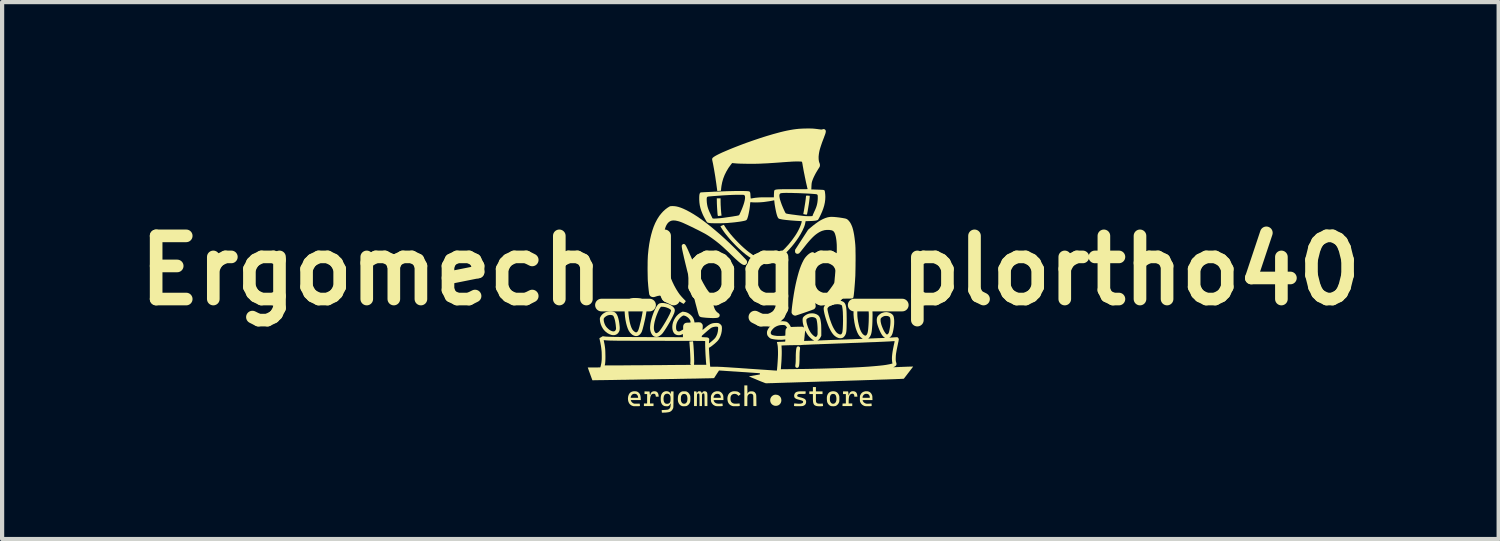
<source format=kicad_pcb>
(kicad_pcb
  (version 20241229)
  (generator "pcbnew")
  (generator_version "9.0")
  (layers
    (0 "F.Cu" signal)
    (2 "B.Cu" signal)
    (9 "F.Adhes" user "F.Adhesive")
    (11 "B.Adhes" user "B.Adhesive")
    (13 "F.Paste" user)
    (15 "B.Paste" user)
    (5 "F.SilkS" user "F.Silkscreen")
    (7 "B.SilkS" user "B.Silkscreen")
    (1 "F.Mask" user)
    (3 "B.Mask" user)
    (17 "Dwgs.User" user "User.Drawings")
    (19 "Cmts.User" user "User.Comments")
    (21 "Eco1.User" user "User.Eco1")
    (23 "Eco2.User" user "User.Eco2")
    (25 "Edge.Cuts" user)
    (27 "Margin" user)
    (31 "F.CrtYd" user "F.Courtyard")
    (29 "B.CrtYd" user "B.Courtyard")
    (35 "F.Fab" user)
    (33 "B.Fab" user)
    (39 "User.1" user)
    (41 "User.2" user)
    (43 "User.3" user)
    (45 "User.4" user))
  (footprint "Ergomech_logo_plortho40"
    (layer "F.Cu")
    (at 14.764 3.371)
    (property "Reference" "Ergomech_logo_plortho40" (at 0 0 0) (layer "F.SilkS") (effects (font (size 1.5 1.5) (thickness 0.3))))
    (attr board_only exclude_from_pos_files exclude_from_bom)
    (fp_poly (pts (xy -0.707 -1.636) (xy -0.706 -1.597) (xy -0.705 -1.553) (xy -0.702 -1.507) (xy -0.7 -1.461) (xy -0.696 -1.417) (xy -0.693 -1.376) (xy -0.689 -1.34) (xy -0.686 -1.319) (xy -0.684 -1.303) (xy -0.723 -1.297) (xy -0.742 -1.295) (xy -0.757 -1.293) (xy -0.766 -1.292) (xy -0.768 -1.292) (xy -0.771 -1.296) (xy -0.774 -1.306) (xy -0.775 -1.311) (xy -0.779 -1.339) (xy -0.782 -1.374) (xy -0.785 -1.414) (xy -0.788 -1.458) (xy -0.791 -1.504) (xy -0.793 -1.55) (xy -0.795 -1.595) (xy -0.795 -1.598) (xy -0.797 -1.713) (xy -0.752 -1.713) (xy -0.707 -1.713)) (stroke (width 0) (type solid)) (fill yes) (layer "F.SilkS"))
    (fp_poly (pts (xy 0.639 2.953) (xy 0.67 2.965) (xy 0.695 2.983) (xy 0.715 3.007) (xy 0.729 3.036) (xy 0.735 3.07) (xy 0.736 3.081) (xy 0.732 3.116) (xy 0.72 3.147) (xy 0.701 3.174) (xy 0.674 3.195) (xy 0.661 3.202) (xy 0.638 3.21) (xy 0.61 3.214) (xy 0.582 3.212) (xy 0.56 3.207) (xy 0.53 3.192) (xy 0.506 3.172) (xy 0.488 3.148) (xy 0.476 3.12) (xy 0.471 3.091) (xy 0.472 3.062) (xy 0.479 3.033) (xy 0.493 3.007) (xy 0.513 2.983) (xy 0.54 2.964) (xy 0.545 2.962) (xy 0.561 2.955) (xy 0.576 2.951) (xy 0.594 2.949) (xy 0.604 2.949)) (stroke (width 0) (type solid)) (fill yes) (layer "F.SilkS"))
    (fp_poly (pts (xy 1.358 -1.777) (xy 1.367 -1.776) (xy 1.409 -1.774) (xy 1.409 -1.753) (xy 1.408 -1.737) (xy 1.406 -1.714) (xy 1.402 -1.684) (xy 1.398 -1.649) (xy 1.393 -1.611) (xy 1.387 -1.57) (xy 1.38 -1.528) (xy 1.373 -1.486) (xy 1.366 -1.445) (xy 1.36 -1.406) (xy 1.353 -1.372) (xy 1.351 -1.364) (xy 1.348 -1.346) (xy 1.344 -1.334) (xy 1.338 -1.327) (xy 1.328 -1.325) (xy 1.314 -1.327) (xy 1.292 -1.331) (xy 1.289 -1.332) (xy 1.256 -1.339) (xy 1.259 -1.353) (xy 1.265 -1.386) (xy 1.272 -1.423) (xy 1.279 -1.465) (xy 1.286 -1.508) (xy 1.293 -1.552) (xy 1.3 -1.595) (xy 1.306 -1.635) (xy 1.311 -1.672) (xy 1.315 -1.703) (xy 1.317 -1.727) (xy 1.318 -1.731) (xy 1.319 -1.749) (xy 1.321 -1.764) (xy 1.323 -1.773) (xy 1.323 -1.774) (xy 1.329 -1.776) (xy 1.341 -1.777)) (stroke (width 0) (type solid)) (fill yes) (layer "F.SilkS"))
    (fp_poly (pts (xy 1.159 1.809) (xy 1.168 1.816) (xy 1.173 1.82) (xy 1.176 1.824) (xy 1.179 1.829) (xy 1.18 1.836) (xy 1.18 1.845) (xy 1.179 1.859) (xy 1.177 1.879) (xy 1.173 1.906) (xy 1.172 1.921) (xy 1.171 1.936) (xy 1.169 1.958) (xy 1.169 1.985) (xy 1.168 2.016) (xy 1.167 2.048) (xy 1.167 2.064) (xy 1.167 2.118) (xy 1.165 2.163) (xy 1.163 2.202) (xy 1.16 2.235) (xy 1.156 2.262) (xy 1.153 2.273) (xy 1.145 2.292) (xy 1.132 2.306) (xy 1.115 2.312) (xy 1.096 2.31) (xy 1.086 2.305) (xy 1.076 2.298) (xy 1.07 2.289) (xy 1.067 2.275) (xy 1.067 2.256) (xy 1.07 2.231) (xy 1.071 2.226) (xy 1.074 2.197) (xy 1.076 2.162) (xy 1.077 2.118) (xy 1.078 2.077) (xy 1.078 2.015) (xy 1.08 1.961) (xy 1.083 1.916) (xy 1.087 1.879) (xy 1.092 1.851) (xy 1.098 1.829) (xy 1.105 1.816) (xy 1.108 1.813) (xy 1.124 1.803) (xy 1.142 1.802)) (stroke (width 0) (type solid)) (fill yes) (layer "F.SilkS"))
    (fp_poly (pts (xy -2.248 2.87) (xy -2.223 2.88) (xy -2.203 2.898) (xy -2.189 2.922) (xy -2.181 2.953) (xy -2.179 2.967) (xy -2.176 2.996) (xy -2.21 2.996) (xy -2.243 2.996) (xy -2.248 2.97) (xy -2.254 2.949) (xy -2.263 2.936) (xy -2.275 2.929) (xy -2.293 2.927) (xy -2.296 2.927) (xy -2.319 2.93) (xy -2.339 2.939) (xy -2.355 2.956) (xy -2.367 2.979) (xy -2.375 3.009) (xy -2.381 3.048) (xy -2.383 3.094) (xy -2.383 3.107) (xy -2.383 3.157) (xy -2.341 3.157) (xy -2.299 3.157) (xy -2.299 3.188) (xy -2.299 3.22) (xy -2.413 3.22) (xy -2.527 3.22) (xy -2.527 3.188) (xy -2.527 3.157) (xy -2.489 3.157) (xy -2.451 3.157) (xy -2.451 3.045) (xy -2.451 2.934) (xy -2.482 2.934) (xy -2.513 2.934) (xy -2.513 2.902) (xy -2.513 2.871) (xy -2.454 2.872) (xy -2.395 2.873) (xy -2.391 2.898) (xy -2.389 2.916) (xy -2.387 2.934) (xy -2.386 2.941) (xy -2.383 2.953) (xy -2.379 2.959) (xy -2.376 2.96) (xy -2.375 2.954) (xy -2.375 2.953) (xy -2.371 2.934) (xy -2.364 2.913) (xy -2.353 2.897) (xy -2.333 2.88) (xy -2.308 2.87) (xy -2.278 2.867)) (stroke (width 0) (type solid)) (fill yes) (layer "F.SilkS"))
    (fp_poly (pts (xy 1.556 2.819) (xy 1.556 2.871) (xy 1.634 2.871) (xy 1.713 2.871) (xy 1.713 2.902) (xy 1.713 2.934) (xy 1.634 2.934) (xy 1.556 2.934) (xy 1.556 3.024) (xy 1.556 3.056) (xy 1.557 3.079) (xy 1.557 3.097) (xy 1.558 3.11) (xy 1.56 3.119) (xy 1.562 3.126) (xy 1.564 3.13) (xy 1.576 3.145) (xy 1.592 3.156) (xy 1.615 3.161) (xy 1.644 3.163) (xy 1.646 3.163) (xy 1.666 3.163) (xy 1.684 3.162) (xy 1.698 3.16) (xy 1.7 3.16) (xy 1.709 3.158) (xy 1.714 3.159) (xy 1.718 3.164) (xy 1.72 3.173) (xy 1.723 3.19) (xy 1.724 3.198) (xy 1.726 3.218) (xy 1.71 3.221) (xy 1.69 3.223) (xy 1.666 3.224) (xy 1.639 3.224) (xy 1.613 3.223) (xy 1.589 3.221) (xy 1.57 3.218) (xy 1.563 3.216) (xy 1.542 3.208) (xy 1.525 3.198) (xy 1.512 3.185) (xy 1.502 3.168) (xy 1.494 3.147) (xy 1.489 3.12) (xy 1.486 3.087) (xy 1.485 3.047) (xy 1.485 3.018) (xy 1.485 2.934) (xy 1.442 2.934) (xy 1.4 2.934) (xy 1.4 2.902) (xy 1.4 2.871) (xy 1.442 2.871) (xy 1.485 2.871) (xy 1.485 2.819) (xy 1.485 2.768) (xy 1.52 2.768) (xy 1.556 2.768)) (stroke (width 0) (type solid)) (fill yes) (layer "F.SilkS"))
    (fp_poly (pts (xy 2.459 2.868) (xy 2.485 2.876) (xy 2.506 2.89) (xy 2.509 2.893) (xy 2.52 2.908) (xy 2.529 2.925) (xy 2.535 2.948) (xy 2.538 2.97) (xy 2.541 2.996) (xy 2.505 2.996) (xy 2.468 2.996) (xy 2.468 2.981) (xy 2.465 2.957) (xy 2.456 2.94) (xy 2.441 2.929) (xy 2.422 2.925) (xy 2.4 2.929) (xy 2.389 2.933) (xy 2.372 2.945) (xy 2.358 2.961) (xy 2.347 2.984) (xy 2.34 3.014) (xy 2.336 3.051) (xy 2.334 3.096) (xy 2.334 3.098) (xy 2.334 3.157) (xy 2.377 3.157) (xy 2.419 3.157) (xy 2.419 3.188) (xy 2.419 3.22) (xy 2.303 3.22) (xy 2.186 3.22) (xy 2.188 3.19) (xy 2.189 3.159) (xy 2.228 3.158) (xy 2.267 3.157) (xy 2.267 3.045) (xy 2.267 2.934) (xy 2.234 2.934) (xy 2.2 2.934) (xy 2.2 2.902) (xy 2.2 2.871) (xy 2.26 2.871) (xy 2.32 2.871) (xy 2.323 2.883) (xy 2.324 2.895) (xy 2.327 2.911) (xy 2.328 2.92) (xy 2.33 2.94) (xy 2.333 2.953) (xy 2.336 2.959) (xy 2.339 2.96) (xy 2.342 2.957) (xy 2.343 2.951) (xy 2.347 2.928) (xy 2.357 2.906) (xy 2.373 2.888) (xy 2.391 2.875) (xy 2.4 2.871) (xy 2.43 2.866)) (stroke (width 0) (type solid)) (fill yes) (layer "F.SilkS"))
    (fp_poly (pts (xy -0.071 2.832) (xy -0.07 2.861) (xy -0.069 2.886) (xy -0.068 2.906) (xy -0.067 2.92) (xy -0.066 2.927) (xy -0.066 2.927) (xy -0.055 2.903) (xy -0.042 2.887) (xy -0.025 2.876) (xy -0.004 2.871) (xy 0.024 2.869) (xy 0.027 2.869) (xy 0.059 2.871) (xy 0.084 2.879) (xy 0.104 2.892) (xy 0.12 2.912) (xy 0.131 2.931) (xy 0.133 2.938) (xy 0.136 2.945) (xy 0.138 2.953) (xy 0.139 2.963) (xy 0.14 2.977) (xy 0.141 2.995) (xy 0.141 3.018) (xy 0.142 3.049) (xy 0.142 3.087) (xy 0.144 3.22) (xy 0.108 3.22) (xy 0.072 3.22) (xy 0.071 3.09) (xy 0.07 3.053) (xy 0.07 3.023) (xy 0.069 3) (xy 0.069 2.983) (xy 0.068 2.971) (xy 0.066 2.962) (xy 0.065 2.956) (xy 0.062 2.952) (xy 0.06 2.948) (xy 0.045 2.935) (xy 0.024 2.927) (xy -0.000014 2.926) (xy -0.007 2.927) (xy -0.029 2.934) (xy -0.048 2.949) (xy -0.062 2.968) (xy -0.067 2.981) (xy -0.068 2.991) (xy -0.07 3.01) (xy -0.071 3.035) (xy -0.071 3.066) (xy -0.072 3.102) (xy -0.072 3.109) (xy -0.072 3.22) (xy -0.107 3.22) (xy -0.143 3.22) (xy -0.143 2.974) (xy -0.143 2.728) (xy -0.107 2.728) (xy -0.072 2.728)) (stroke (width 0) (type solid)) (fill yes) (layer "F.SilkS"))
    (fp_poly (pts (xy -0.336 2.87) (xy -0.31 2.874) (xy -0.298 2.878) (xy -0.284 2.885) (xy -0.269 2.895) (xy -0.255 2.906) (xy -0.242 2.918) (xy -0.234 2.929) (xy -0.233 2.934) (xy -0.236 2.94) (xy -0.245 2.949) (xy -0.257 2.959) (xy -0.258 2.959) (xy -0.283 2.978) (xy -0.296 2.963) (xy -0.316 2.945) (xy -0.341 2.934) (xy -0.368 2.929) (xy -0.396 2.931) (xy -0.421 2.939) (xy -0.442 2.953) (xy -0.455 2.968) (xy -0.464 2.985) (xy -0.47 3.005) (xy -0.472 3.032) (xy -0.472 3.043) (xy -0.471 3.072) (xy -0.466 3.095) (xy -0.458 3.113) (xy -0.446 3.129) (xy -0.436 3.138) (xy -0.418 3.15) (xy -0.398 3.158) (xy -0.373 3.162) (xy -0.342 3.163) (xy -0.305 3.161) (xy -0.292 3.16) (xy -0.256 3.157) (xy -0.253 3.184) (xy -0.251 3.204) (xy -0.253 3.215) (xy -0.255 3.217) (xy -0.261 3.219) (xy -0.277 3.221) (xy -0.3 3.222) (xy -0.331 3.223) (xy -0.334 3.223) (xy -0.363 3.223) (xy -0.385 3.223) (xy -0.402 3.222) (xy -0.415 3.221) (xy -0.426 3.218) (xy -0.436 3.215) (xy -0.455 3.207) (xy -0.475 3.196) (xy -0.485 3.189) (xy -0.507 3.167) (xy -0.525 3.139) (xy -0.537 3.107) (xy -0.543 3.071) (xy -0.545 3.035) (xy -0.541 2.999) (xy -0.531 2.966) (xy -0.516 2.935) (xy -0.498 2.913) (xy -0.472 2.892) (xy -0.44 2.877) (xy -0.415 2.87) (xy -0.392 2.868) (xy -0.365 2.868)) (stroke (width 0) (type solid)) (fill yes) (layer "F.SilkS"))
    (fp_poly (pts (xy -2.734 2.868) (xy -2.706 2.871) (xy -2.684 2.878) (xy -2.665 2.89) (xy -2.65 2.902) (xy -2.632 2.922) (xy -2.619 2.946) (xy -2.61 2.974) (xy -2.605 3.008) (xy -2.604 3.026) (xy -2.601 3.077) (xy -2.721 3.077) (xy -2.84 3.077) (xy -2.837 3.087) (xy -2.824 3.115) (xy -2.804 3.137) (xy -2.777 3.154) (xy -2.767 3.159) (xy -2.756 3.161) (xy -2.743 3.163) (xy -2.725 3.163) (xy -2.705 3.163) (xy -2.683 3.162) (xy -2.664 3.162) (xy -2.648 3.161) (xy -2.641 3.161) (xy -2.633 3.16) (xy -2.629 3.162) (xy -2.626 3.169) (xy -2.624 3.182) (xy -2.623 3.188) (xy -2.622 3.203) (xy -2.622 3.214) (xy -2.622 3.219) (xy -2.628 3.22) (xy -2.64 3.221) (xy -2.658 3.222) (xy -2.681 3.222) (xy -2.698 3.223) (xy -2.726 3.223) (xy -2.748 3.223) (xy -2.764 3.222) (xy -2.777 3.221) (xy -2.788 3.218) (xy -2.797 3.215) (xy -2.831 3.2) (xy -2.858 3.178) (xy -2.88 3.15) (xy -2.895 3.116) (xy -2.904 3.077) (xy -2.906 3.034) (xy -2.905 3.025) (xy -2.905 3.023) (xy -2.84 3.023) (xy -2.752 3.023) (xy -2.665 3.023) (xy -2.665 3.013) (xy -2.669 2.988) (xy -2.68 2.965) (xy -2.696 2.945) (xy -2.711 2.935) (xy -2.727 2.93) (xy -2.747 2.928) (xy -2.767 2.929) (xy -2.784 2.933) (xy -2.789 2.935) (xy -2.807 2.948) (xy -2.823 2.967) (xy -2.835 2.988) (xy -2.84 3.009) (xy -2.84 3.012) (xy -2.84 3.023) (xy -2.905 3.023) (xy -2.899 2.983) (xy -2.886 2.947) (xy -2.868 2.917) (xy -2.844 2.894) (xy -2.814 2.878) (xy -2.779 2.869) (xy -2.74 2.867)) (stroke (width 0) (type solid)) (fill yes) (layer "F.SilkS"))
    (fp_poly (pts (xy 2.012 2.873) (xy 2.042 2.885) (xy 2.067 2.903) (xy 2.088 2.93) (xy 2.099 2.951) (xy 2.104 2.963) (xy 2.108 2.973) (xy 2.111 2.983) (xy 2.112 2.995) (xy 2.113 3.012) (xy 2.113 3.034) (xy 2.113 3.045) (xy 2.113 3.072) (xy 2.112 3.091) (xy 2.111 3.106) (xy 2.109 3.118) (xy 2.105 3.129) (xy 2.102 3.137) (xy 2.089 3.162) (xy 2.07 3.185) (xy 2.048 3.204) (xy 2.025 3.216) (xy 2.024 3.217) (xy 2.003 3.221) (xy 1.977 3.224) (xy 1.95 3.223) (xy 1.924 3.221) (xy 1.905 3.216) (xy 1.884 3.205) (xy 1.863 3.188) (xy 1.845 3.166) (xy 1.831 3.142) (xy 1.829 3.137) (xy 1.822 3.114) (xy 1.818 3.086) (xy 1.817 3.064) (xy 1.888 3.064) (xy 1.889 3.087) (xy 1.893 3.104) (xy 1.902 3.125) (xy 1.915 3.143) (xy 1.929 3.155) (xy 1.94 3.16) (xy 1.951 3.162) (xy 1.956 3.164) (xy 1.967 3.164) (xy 1.982 3.162) (xy 1.996 3.157) (xy 2.003 3.153) (xy 2.021 3.136) (xy 2.033 3.114) (xy 2.041 3.087) (xy 2.043 3.052) (xy 2.043 3.036) (xy 2.039 3) (xy 2.03 2.971) (xy 2.017 2.95) (xy 2.006 2.94) (xy 1.991 2.934) (xy 1.971 2.931) (xy 1.951 2.932) (xy 1.932 2.936) (xy 1.924 2.941) (xy 1.909 2.955) (xy 1.898 2.974) (xy 1.891 2.998) (xy 1.888 3.029) (xy 1.888 3.035) (xy 1.888 3.064) (xy 1.817 3.064) (xy 1.816 3.054) (xy 1.816 3.023) (xy 1.818 2.995) (xy 1.822 2.975) (xy 1.836 2.94) (xy 1.856 2.911) (xy 1.881 2.889) (xy 1.912 2.875) (xy 1.947 2.868) (xy 1.976 2.867)) (stroke (width 0) (type solid)) (fill yes) (layer "F.SilkS"))
    (fp_poly (pts (xy -1.549 2.869) (xy -1.532 2.871) (xy -1.519 2.873) (xy -1.507 2.878) (xy -1.507 2.878) (xy -1.479 2.896) (xy -1.456 2.921) (xy -1.438 2.951) (xy -1.433 2.963) (xy -1.429 2.973) (xy -1.427 2.983) (xy -1.425 2.995) (xy -1.425 3.011) (xy -1.424 3.034) (xy -1.424 3.045) (xy -1.425 3.072) (xy -1.425 3.091) (xy -1.427 3.106) (xy -1.429 3.118) (xy -1.432 3.129) (xy -1.435 3.137) (xy -1.449 3.162) (xy -1.467 3.185) (xy -1.489 3.204) (xy -1.512 3.216) (xy -1.513 3.217) (xy -1.533 3.221) (xy -1.558 3.223) (xy -1.584 3.224) (xy -1.609 3.222) (xy -1.629 3.218) (xy -1.63 3.217) (xy -1.657 3.203) (xy -1.68 3.182) (xy -1.699 3.155) (xy -1.713 3.124) (xy -1.715 3.116) (xy -1.72 3.092) (xy -1.721 3.064) (xy -1.65 3.064) (xy -1.648 3.087) (xy -1.644 3.104) (xy -1.635 3.125) (xy -1.623 3.143) (xy -1.608 3.155) (xy -1.597 3.16) (xy -1.587 3.162) (xy -1.581 3.164) (xy -1.57 3.164) (xy -1.556 3.162) (xy -1.541 3.157) (xy -1.534 3.153) (xy -1.516 3.136) (xy -1.504 3.114) (xy -1.497 3.087) (xy -1.494 3.052) (xy -1.494 3.036) (xy -1.498 3.001) (xy -1.506 2.973) (xy -1.518 2.953) (xy -1.535 2.939) (xy -1.556 2.932) (xy -1.573 2.931) (xy -1.595 2.933) (xy -1.612 2.94) (xy -1.626 2.954) (xy -1.637 2.97) (xy -1.642 2.981) (xy -1.646 2.992) (xy -1.648 3.007) (xy -1.649 3.028) (xy -1.649 3.035) (xy -1.65 3.064) (xy -1.721 3.064) (xy -1.722 3.063) (xy -1.721 3.032) (xy -1.719 3.002) (xy -1.715 2.977) (xy -1.713 2.969) (xy -1.698 2.935) (xy -1.678 2.908) (xy -1.652 2.887) (xy -1.644 2.882) (xy -1.631 2.876) (xy -1.619 2.872) (xy -1.607 2.87) (xy -1.591 2.869) (xy -1.572 2.869)) (stroke (width 0) (type solid)) (fill yes) (layer "F.SilkS"))
    (fp_poly (pts (xy -3.301 0.967) (xy -3.266 0.973) (xy -3.234 0.984) (xy -3.206 1.002) (xy -3.183 1.026) (xy -3.179 1.031) (xy -3.162 1.061) (xy -3.146 1.099) (xy -3.133 1.144) (xy -3.121 1.195) (xy -3.112 1.25) (xy -3.105 1.31) (xy -3.103 1.326) (xy -3.101 1.361) (xy -3.102 1.389) (xy -3.104 1.412) (xy -3.109 1.432) (xy -3.118 1.452) (xy -3.12 1.457) (xy -3.14 1.487) (xy -3.165 1.51) (xy -3.195 1.526) (xy -3.228 1.535) (xy -3.264 1.536) (xy -3.299 1.53) (xy -3.346 1.513) (xy -3.392 1.488) (xy -3.434 1.456) (xy -3.471 1.419) (xy -3.496 1.388) (xy -3.527 1.335) (xy -3.551 1.279) (xy -3.566 1.223) (xy -3.572 1.176) (xy -3.482 1.176) (xy -3.479 1.202) (xy -3.472 1.231) (xy -3.463 1.26) (xy -3.451 1.289) (xy -3.44 1.31) (xy -3.42 1.339) (xy -3.396 1.366) (xy -3.369 1.391) (xy -3.341 1.413) (xy -3.312 1.43) (xy -3.284 1.441) (xy -3.258 1.447) (xy -3.245 1.447) (xy -3.231 1.444) (xy -3.218 1.438) (xy -3.217 1.438) (xy -3.208 1.429) (xy -3.2 1.416) (xy -3.197 1.41) (xy -3.192 1.399) (xy -3.19 1.388) (xy -3.189 1.374) (xy -3.19 1.355) (xy -3.191 1.349) (xy -3.196 1.293) (xy -3.204 1.239) (xy -3.213 1.19) (xy -3.225 1.147) (xy -3.238 1.111) (xy -3.242 1.101) (xy -3.25 1.085) (xy -3.257 1.075) (xy -3.266 1.068) (xy -3.276 1.064) (xy -3.302 1.057) (xy -3.332 1.055) (xy -3.363 1.06) (xy -3.395 1.07) (xy -3.401 1.073) (xy -3.426 1.087) (xy -3.45 1.105) (xy -3.468 1.123) (xy -3.478 1.138) (xy -3.482 1.154) (xy -3.482 1.176) (xy -3.572 1.176) (xy -3.572 1.175) (xy -3.573 1.155) (xy -3.573 1.14) (xy -3.571 1.129) (xy -3.568 1.119) (xy -3.562 1.106) (xy -3.56 1.102) (xy -3.54 1.07) (xy -3.514 1.041) (xy -3.484 1.017) (xy -3.45 0.997) (xy -3.414 0.982) (xy -3.376 0.972) (xy -3.338 0.967)) (stroke (width 0) (type solid)) (fill yes) (layer "F.SilkS"))
    (fp_poly (pts (xy -0.757 2.868) (xy -0.724 2.876) (xy -0.697 2.892) (xy -0.674 2.914) (xy -0.657 2.94) (xy -0.651 2.954) (xy -0.646 2.966) (xy -0.643 2.978) (xy -0.642 2.992) (xy -0.641 3.012) (xy -0.64 3.024) (xy -0.639 3.077) (xy -0.755 3.077) (xy -0.792 3.077) (xy -0.82 3.077) (xy -0.842 3.077) (xy -0.857 3.078) (xy -0.866 3.08) (xy -0.871 3.084) (xy -0.872 3.088) (xy -0.87 3.094) (xy -0.866 3.102) (xy -0.863 3.107) (xy -0.847 3.13) (xy -0.826 3.147) (xy -0.799 3.158) (xy -0.765 3.163) (xy -0.749 3.164) (xy -0.727 3.163) (xy -0.706 3.162) (xy -0.689 3.161) (xy -0.686 3.16) (xy -0.663 3.157) (xy -0.659 3.185) (xy -0.657 3.2) (xy -0.657 3.212) (xy -0.658 3.217) (xy -0.664 3.219) (xy -0.677 3.22) (xy -0.695 3.222) (xy -0.717 3.222) (xy -0.741 3.223) (xy -0.764 3.223) (xy -0.786 3.222) (xy -0.804 3.221) (xy -0.817 3.22) (xy -0.819 3.22) (xy -0.854 3.206) (xy -0.885 3.186) (xy -0.909 3.159) (xy -0.924 3.133) (xy -0.929 3.121) (xy -0.933 3.111) (xy -0.935 3.101) (xy -0.936 3.087) (xy -0.937 3.069) (xy -0.937 3.044) (xy -0.937 3.043) (xy -0.937 3.018) (xy -0.937 3.014) (xy -0.875 3.014) (xy -0.872 3.019) (xy -0.864 3.021) (xy -0.85 3.023) (xy -0.83 3.023) (xy -0.801 3.023) (xy -0.789 3.023) (xy -0.702 3.023) (xy -0.702 3.006) (xy -0.705 2.988) (xy -0.713 2.968) (xy -0.725 2.951) (xy -0.733 2.943) (xy -0.754 2.932) (xy -0.78 2.928) (xy -0.805 2.93) (xy -0.805 2.93) (xy -0.83 2.939) (xy -0.85 2.956) (xy -0.865 2.98) (xy -0.867 2.985) (xy -0.872 2.998) (xy -0.875 3.007) (xy -0.875 3.014) (xy -0.937 3.014) (xy -0.936 2.999) (xy -0.935 2.986) (xy -0.933 2.975) (xy -0.929 2.965) (xy -0.924 2.954) (xy -0.924 2.953) (xy -0.905 2.921) (xy -0.881 2.897) (xy -0.851 2.88) (xy -0.817 2.87) (xy -0.796 2.867)) (stroke (width 0) (type solid)) (fill yes) (layer "F.SilkS"))
    (fp_poly (pts (xy 1.496 -0.43) (xy 1.514 -0.419) (xy 1.529 -0.402) (xy 1.529 -0.401) (xy 1.535 -0.39) (xy 1.538 -0.376) (xy 1.539 -0.36) (xy 1.537 -0.339) (xy 1.534 -0.313) (xy 1.527 -0.282) (xy 1.518 -0.245) (xy 1.506 -0.2) (xy 1.496 -0.163) (xy 1.478 -0.098) (xy 1.463 -0.041) (xy 1.45 0.01) (xy 1.44 0.055) (xy 1.432 0.096) (xy 1.426 0.134) (xy 1.422 0.17) (xy 1.419 0.204) (xy 1.419 0.215) (xy 1.418 0.243) (xy 1.418 0.267) (xy 1.42 0.29) (xy 1.423 0.313) (xy 1.428 0.339) (xy 1.436 0.368) (xy 1.446 0.402) (xy 1.451 0.42) (xy 1.466 0.47) (xy 1.48 0.52) (xy 1.493 0.57) (xy 1.506 0.619) (xy 1.517 0.666) (xy 1.527 0.71) (xy 1.536 0.751) (xy 1.543 0.786) (xy 1.548 0.816) (xy 1.55 0.839) (xy 1.551 0.855) (xy 1.551 0.855) (xy 1.545 0.878) (xy 1.534 0.898) (xy 1.518 0.914) (xy 1.51 0.92) (xy 1.501 0.924) (xy 1.484 0.93) (xy 1.462 0.939) (xy 1.434 0.949) (xy 1.402 0.96) (xy 1.367 0.973) (xy 1.33 0.986) (xy 1.292 0.999) (xy 1.254 1.012) (xy 1.216 1.025) (xy 1.181 1.037) (xy 1.148 1.048) (xy 1.12 1.057) (xy 1.096 1.065) (xy 1.078 1.07) (xy 1.067 1.073) (xy 1.065 1.073) (xy 1.051 1.071) (xy 1.035 1.066) (xy 1.025 1.062) (xy 1.003 1.046) (xy 0.987 1.025) (xy 0.979 1.005) (xy 0.978 0.995) (xy 0.979 0.977) (xy 0.98 0.952) (xy 0.983 0.92) (xy 0.987 0.882) (xy 0.992 0.84) (xy 0.998 0.793) (xy 1.005 0.742) (xy 1.012 0.689) (xy 1.013 0.684) (xy 1.032 0.56) (xy 1.053 0.441) (xy 1.075 0.33) (xy 1.099 0.225) (xy 1.124 0.128) (xy 1.149 0.038) (xy 1.176 -0.045) (xy 1.204 -0.119) (xy 1.233 -0.185) (xy 1.262 -0.243) (xy 1.287 -0.284) (xy 1.31 -0.315) (xy 1.336 -0.344) (xy 1.363 -0.371) (xy 1.391 -0.394) (xy 1.419 -0.413) (xy 1.444 -0.426) (xy 1.467 -0.433) (xy 1.476 -0.434)) (stroke (width 0) (type solid)) (fill yes) (layer "F.SilkS"))
    (fp_poly (pts (xy 2.78 2.868) (xy 2.813 2.876) (xy 2.841 2.892) (xy 2.864 2.914) (xy 2.88 2.94) (xy 2.887 2.954) (xy 2.891 2.966) (xy 2.894 2.978) (xy 2.896 2.992) (xy 2.897 3.012) (xy 2.897 3.024) (xy 2.899 3.077) (xy 2.782 3.077) (xy 2.745 3.077) (xy 2.716 3.077) (xy 2.694 3.077) (xy 2.679 3.079) (xy 2.669 3.081) (xy 2.665 3.085) (xy 2.665 3.091) (xy 2.669 3.098) (xy 2.675 3.108) (xy 2.68 3.115) (xy 2.693 3.132) (xy 2.71 3.144) (xy 2.721 3.15) (xy 2.735 3.157) (xy 2.748 3.161) (xy 2.762 3.163) (xy 2.78 3.164) (xy 2.788 3.164) (xy 2.81 3.163) (xy 2.831 3.162) (xy 2.848 3.161) (xy 2.852 3.16) (xy 2.875 3.157) (xy 2.879 3.185) (xy 2.88 3.2) (xy 2.88 3.212) (xy 2.879 3.217) (xy 2.873 3.219) (xy 2.86 3.22) (xy 2.842 3.222) (xy 2.82 3.222) (xy 2.797 3.223) (xy 2.773 3.223) (xy 2.751 3.222) (xy 2.733 3.221) (xy 2.721 3.22) (xy 2.718 3.22) (xy 2.683 3.206) (xy 2.653 3.186) (xy 2.628 3.159) (xy 2.613 3.133) (xy 2.608 3.121) (xy 2.604 3.111) (xy 2.602 3.101) (xy 2.601 3.087) (xy 2.6 3.069) (xy 2.6 3.044) (xy 2.6 3.043) (xy 2.6 3.018) (xy 2.601 3.014) (xy 2.662 3.014) (xy 2.665 3.019) (xy 2.673 3.021) (xy 2.687 3.023) (xy 2.708 3.023) (xy 2.736 3.023) (xy 2.748 3.023) (xy 2.835 3.023) (xy 2.835 3.006) (xy 2.832 2.985) (xy 2.823 2.965) (xy 2.811 2.948) (xy 2.805 2.943) (xy 2.783 2.932) (xy 2.756 2.928) (xy 2.732 2.93) (xy 2.707 2.939) (xy 2.687 2.956) (xy 2.672 2.98) (xy 2.67 2.985) (xy 2.665 2.998) (xy 2.662 3.007) (xy 2.662 3.014) (xy 2.601 3.014) (xy 2.601 2.999) (xy 2.602 2.986) (xy 2.604 2.975) (xy 2.608 2.965) (xy 2.613 2.954) (xy 2.613 2.953) (xy 2.632 2.921) (xy 2.656 2.897) (xy 2.686 2.88) (xy 2.721 2.87) (xy 2.742 2.867)) (stroke (width 0) (type solid)) (fill yes) (layer "F.SilkS"))
    (fp_poly (pts (xy 1.254 2.869) (xy 1.277 2.869) (xy 1.296 2.87) (xy 1.308 2.871) (xy 1.312 2.871) (xy 1.313 2.877) (xy 1.313 2.889) (xy 1.312 2.902) (xy 1.308 2.93) (xy 1.23 2.931) (xy 1.2 2.931) (xy 1.178 2.932) (xy 1.162 2.933) (xy 1.15 2.934) (xy 1.141 2.937) (xy 1.135 2.939) (xy 1.12 2.95) (xy 1.112 2.964) (xy 1.113 2.979) (xy 1.113 2.98) (xy 1.116 2.986) (xy 1.12 2.991) (xy 1.127 2.995) (xy 1.137 2.999) (xy 1.153 3.004) (xy 1.175 3.01) (xy 1.193 3.014) (xy 1.232 3.025) (xy 1.264 3.037) (xy 1.288 3.049) (xy 1.305 3.064) (xy 1.316 3.081) (xy 1.322 3.1) (xy 1.324 3.12) (xy 1.32 3.15) (xy 1.309 3.175) (xy 1.291 3.195) (xy 1.265 3.21) (xy 1.261 3.212) (xy 1.251 3.215) (xy 1.241 3.218) (xy 1.229 3.22) (xy 1.213 3.221) (xy 1.192 3.222) (xy 1.165 3.222) (xy 1.154 3.222) (xy 1.126 3.223) (xy 1.1 3.222) (xy 1.078 3.222) (xy 1.062 3.221) (xy 1.053 3.22) (xy 1.044 3.219) (xy 1.039 3.216) (xy 1.036 3.211) (xy 1.036 3.201) (xy 1.038 3.185) (xy 1.04 3.174) (xy 1.042 3.161) (xy 1.045 3.155) (xy 1.05 3.154) (xy 1.05 3.155) (xy 1.062 3.157) (xy 1.081 3.159) (xy 1.103 3.161) (xy 1.127 3.163) (xy 1.149 3.164) (xy 1.168 3.164) (xy 1.178 3.164) (xy 1.203 3.16) (xy 1.223 3.154) (xy 1.239 3.147) (xy 1.248 3.139) (xy 1.248 3.139) (xy 1.251 3.129) (xy 1.252 3.117) (xy 1.251 3.108) (xy 1.245 3.101) (xy 1.236 3.094) (xy 1.22 3.087) (xy 1.197 3.08) (xy 1.168 3.072) (xy 1.132 3.063) (xy 1.103 3.054) (xy 1.082 3.044) (xy 1.066 3.034) (xy 1.054 3.023) (xy 1.046 3.009) (xy 1.042 2.995) (xy 1.039 2.971) (xy 1.043 2.946) (xy 1.053 2.923) (xy 1.067 2.903) (xy 1.079 2.894) (xy 1.095 2.885) (xy 1.112 2.879) (xy 1.132 2.874) (xy 1.156 2.871) (xy 1.186 2.869) (xy 1.222 2.869) (xy 1.228 2.869)) (stroke (width 0) (type solid)) (fill yes) (layer "F.SilkS"))
    (fp_poly (pts (xy -1.062 2.871) (xy -1.044 2.88) (xy -1.031 2.894) (xy -1.028 2.9) (xy -1.026 2.905) (xy -1.024 2.912) (xy -1.023 2.92) (xy -1.022 2.932) (xy -1.021 2.947) (xy -1.02 2.967) (xy -1.02 2.993) (xy -1.02 3.026) (xy -1.02 3.067) (xy -1.02 3.069) (xy -1.02 3.22) (xy -1.053 3.22) (xy -1.086 3.22) (xy -1.088 3.077) (xy -1.088 3.036) (xy -1.088 3.002) (xy -1.089 2.976) (xy -1.09 2.956) (xy -1.092 2.941) (xy -1.094 2.931) (xy -1.098 2.925) (xy -1.102 2.922) (xy -1.107 2.92) (xy -1.114 2.92) (xy -1.116 2.92) (xy -1.13 2.923) (xy -1.14 2.932) (xy -1.143 2.936) (xy -1.145 2.94) (xy -1.146 2.946) (xy -1.147 2.954) (xy -1.148 2.966) (xy -1.149 2.983) (xy -1.149 3.006) (xy -1.149 3.035) (xy -1.149 3.072) (xy -1.149 3.082) (xy -1.149 3.22) (xy -1.178 3.22) (xy -1.207 3.22) (xy -1.207 3.08) (xy -1.207 3.04) (xy -1.208 3.008) (xy -1.208 2.983) (xy -1.209 2.964) (xy -1.209 2.95) (xy -1.211 2.941) (xy -1.212 2.934) (xy -1.214 2.93) (xy -1.214 2.93) (xy -1.225 2.922) (xy -1.239 2.92) (xy -1.252 2.924) (xy -1.259 2.93) (xy -1.262 2.933) (xy -1.264 2.937) (xy -1.265 2.943) (xy -1.266 2.953) (xy -1.267 2.966) (xy -1.268 2.984) (xy -1.268 3.009) (xy -1.269 3.04) (xy -1.269 3.079) (xy -1.27 3.22) (xy -1.304 3.22) (xy -1.337 3.22) (xy -1.337 3.045) (xy -1.337 2.871) (xy -1.308 2.871) (xy -1.291 2.872) (xy -1.281 2.874) (xy -1.276 2.881) (xy -1.275 2.893) (xy -1.274 2.9) (xy -1.273 2.911) (xy -1.271 2.916) (xy -1.27 2.916) (xy -1.266 2.912) (xy -1.266 2.907) (xy -1.263 2.898) (xy -1.256 2.887) (xy -1.253 2.884) (xy -1.243 2.875) (xy -1.233 2.87) (xy -1.218 2.868) (xy -1.216 2.868) (xy -1.192 2.869) (xy -1.173 2.877) (xy -1.161 2.893) (xy -1.158 2.9) (xy -1.153 2.911) (xy -1.149 2.915) (xy -1.145 2.909) (xy -1.142 2.901) (xy -1.133 2.885) (xy -1.119 2.874) (xy -1.101 2.868) (xy -1.081 2.867)) (stroke (width 0) (type solid)) (fill yes) (layer "F.SilkS"))
    (fp_poly (pts (xy -1.563 -0.624) (xy -1.556 -0.62) (xy -1.55 -0.616) (xy -1.544 -0.608) (xy -1.537 -0.598) (xy -1.529 -0.585) (xy -1.519 -0.567) (xy -1.508 -0.544) (xy -1.495 -0.517) (xy -1.479 -0.483) (xy -1.462 -0.443) (xy -1.441 -0.396) (xy -1.417 -0.341) (xy -1.413 -0.333) (xy -1.368 -0.229) (xy -1.325 -0.133) (xy -1.285 -0.044) (xy -1.248 0.037) (xy -1.213 0.111) (xy -1.18 0.179) (xy -1.15 0.24) (xy -1.121 0.296) (xy -1.093 0.345) (xy -1.067 0.39) (xy -1.043 0.43) (xy -1.019 0.465) (xy -0.996 0.496) (xy -0.974 0.523) (xy -0.953 0.547) (xy -0.952 0.548) (xy -0.93 0.571) (xy -0.915 0.59) (xy -0.905 0.608) (xy -0.898 0.625) (xy -0.895 0.645) (xy -0.894 0.665) (xy -0.893 0.701) (xy -0.889 0.742) (xy -0.883 0.784) (xy -0.875 0.824) (xy -0.87 0.845) (xy -0.855 0.892) (xy -0.837 0.932) (xy -0.815 0.964) (xy -0.79 0.99) (xy -0.772 1.004) (xy -0.749 1.021) (xy -0.734 1.039) (xy -0.728 1.058) (xy -0.728 1.065) (xy -0.732 1.086) (xy -0.744 1.104) (xy -0.759 1.115) (xy -0.777 1.122) (xy -0.803 1.126) (xy -0.838 1.129) (xy -0.882 1.13) (xy -0.933 1.129) (xy -0.993 1.126) (xy -1.042 1.123) (xy -1.086 1.119) (xy -1.122 1.115) (xy -1.152 1.111) (xy -1.173 1.107) (xy -1.187 1.102) (xy -1.196 1.097) (xy -1.204 1.091) (xy -1.211 1.084) (xy -1.218 1.073) (xy -1.225 1.059) (xy -1.231 1.04) (xy -1.239 1.016) (xy -1.248 0.984) (xy -1.258 0.945) (xy -1.26 0.94) (xy -1.281 0.858) (xy -1.304 0.773) (xy -1.326 0.685) (xy -1.349 0.597) (xy -1.372 0.508) (xy -1.395 0.418) (xy -1.418 0.33) (xy -1.44 0.243) (xy -1.462 0.158) (xy -1.482 0.077) (xy -1.502 -0.001) (xy -1.52 -0.075) (xy -1.537 -0.143) (xy -1.552 -0.205) (xy -1.565 -0.26) (xy -1.577 -0.308) (xy -1.582 -0.333) (xy -1.594 -0.386) (xy -1.604 -0.43) (xy -1.612 -0.468) (xy -1.619 -0.499) (xy -1.623 -0.525) (xy -1.626 -0.545) (xy -1.628 -0.562) (xy -1.629 -0.574) (xy -1.628 -0.59) (xy -1.626 -0.6) (xy -1.621 -0.607) (xy -1.613 -0.616) (xy -1.596 -0.627) (xy -1.58 -0.63)) (stroke (width 0) (type solid)) (fill yes) (layer "F.SilkS"))
    (fp_poly (pts (xy -2.037 0.776) (xy -1.996 0.784) (xy -1.954 0.796) (xy -1.914 0.812) (xy -1.891 0.824) (xy -1.867 0.839) (xy -1.843 0.857) (xy -1.823 0.877) (xy -1.808 0.896) (xy -1.803 0.906) (xy -1.797 0.922) (xy -1.794 0.94) (xy -1.795 0.961) (xy -1.8 0.984) (xy -1.808 1.012) (xy -1.822 1.044) (xy -1.839 1.083) (xy -1.86 1.124) (xy -1.88 1.163) (xy -1.902 1.204) (xy -1.926 1.246) (xy -1.951 1.288) (xy -1.976 1.33) (xy -2.001 1.37) (xy -2.025 1.407) (xy -2.047 1.44) (xy -2.067 1.468) (xy -2.084 1.491) (xy -2.098 1.507) (xy -2.101 1.51) (xy -2.122 1.529) (xy -2.146 1.546) (xy -2.169 1.561) (xy -2.189 1.571) (xy -2.192 1.572) (xy -2.22 1.578) (xy -2.25 1.577) (xy -2.279 1.57) (xy -2.283 1.568) (xy -2.308 1.552) (xy -2.331 1.528) (xy -2.35 1.497) (xy -2.365 1.462) (xy -2.375 1.423) (xy -2.379 1.398) (xy -2.381 1.357) (xy -2.291 1.357) (xy -2.29 1.39) (xy -2.286 1.416) (xy -2.279 1.439) (xy -2.269 1.46) (xy -2.262 1.47) (xy -2.25 1.483) (xy -2.238 1.489) (xy -2.223 1.487) (xy -2.204 1.478) (xy -2.2 1.475) (xy -2.184 1.465) (xy -2.17 1.452) (xy -2.155 1.435) (xy -2.139 1.414) (xy -2.12 1.387) (xy -2.105 1.366) (xy -2.073 1.316) (xy -2.042 1.266) (xy -2.012 1.216) (xy -1.985 1.168) (xy -1.959 1.122) (xy -1.937 1.079) (xy -1.917 1.041) (xy -1.902 1.007) (xy -1.891 0.979) (xy -1.886 0.964) (xy -1.883 0.951) (xy -1.884 0.943) (xy -1.889 0.935) (xy -1.894 0.93) (xy -1.913 0.915) (xy -1.939 0.9) (xy -1.97 0.887) (xy -2.003 0.875) (xy -2.037 0.867) (xy -2.07 0.862) (xy -2.083 0.862) (xy -2.121 0.861) (xy -2.136 0.879) (xy -2.148 0.896) (xy -2.163 0.92) (xy -2.178 0.951) (xy -2.194 0.986) (xy -2.21 1.024) (xy -2.226 1.064) (xy -2.241 1.106) (xy -2.254 1.146) (xy -2.256 1.155) (xy -2.273 1.218) (xy -2.284 1.274) (xy -2.29 1.326) (xy -2.291 1.357) (xy -2.381 1.357) (xy -2.381 1.353) (xy -2.377 1.303) (xy -2.37 1.248) (xy -2.357 1.189) (xy -2.341 1.128) (xy -2.321 1.065) (xy -2.298 1.002) (xy -2.272 0.94) (xy -2.252 0.9) (xy -2.232 0.862) (xy -2.212 0.831) (xy -2.193 0.807) (xy -2.175 0.792) (xy -2.17 0.788) (xy -2.144 0.778) (xy -2.113 0.773) (xy -2.076 0.772)) (stroke (width 0) (type solid)) (fill yes) (layer "F.SilkS"))
    (fp_poly (pts (xy -1.96 2.87) (xy -1.934 2.88) (xy -1.914 2.896) (xy -1.901 2.918) (xy -1.893 2.936) (xy -1.889 2.903) (xy -1.886 2.871) (xy -1.855 2.871) (xy -1.824 2.871) (xy -1.825 3.062) (xy -1.826 3.108) (xy -1.826 3.147) (xy -1.827 3.178) (xy -1.827 3.203) (xy -1.828 3.222) (xy -1.828 3.238) (xy -1.829 3.249) (xy -1.831 3.258) (xy -1.832 3.265) (xy -1.834 3.272) (xy -1.837 3.278) (xy -1.838 3.28) (xy -1.854 3.309) (xy -1.876 3.334) (xy -1.904 3.353) (xy -1.916 3.358) (xy -1.933 3.363) (xy -1.957 3.367) (xy -1.987 3.371) (xy -2.019 3.374) (xy -2.053 3.375) (xy -2.08 3.376) (xy -2.1 3.376) (xy -2.103 3.346) (xy -2.105 3.331) (xy -2.105 3.32) (xy -2.105 3.315) (xy -2.1 3.315) (xy -2.088 3.314) (xy -2.071 3.313) (xy -2.049 3.312) (xy -2.039 3.311) (xy -2.014 3.31) (xy -1.992 3.308) (xy -1.973 3.306) (xy -1.96 3.305) (xy -1.958 3.304) (xy -1.936 3.294) (xy -1.917 3.277) (xy -1.904 3.256) (xy -1.9 3.244) (xy -1.896 3.227) (xy -1.894 3.209) (xy -1.892 3.191) (xy -1.891 3.175) (xy -1.892 3.163) (xy -1.894 3.157) (xy -1.895 3.157) (xy -1.899 3.161) (xy -1.903 3.17) (xy -1.903 3.17) (xy -1.912 3.19) (xy -1.928 3.207) (xy -1.942 3.216) (xy -1.953 3.221) (xy -1.964 3.223) (xy -1.979 3.224) (xy -1.998 3.223) (xy -2.033 3.22) (xy -2.06 3.21) (xy -2.083 3.194) (xy -2.101 3.172) (xy -2.116 3.141) (xy -2.117 3.14) (xy -2.122 3.121) (xy -2.126 3.096) (xy -2.128 3.068) (xy -2.128 3.048) (xy -2.061 3.048) (xy -2.059 3.085) (xy -2.051 3.116) (xy -2.039 3.139) (xy -2.021 3.156) (xy -2.016 3.159) (xy -1.998 3.164) (xy -1.976 3.166) (xy -1.953 3.163) (xy -1.934 3.156) (xy -1.928 3.153) (xy -1.914 3.141) (xy -1.905 3.125) (xy -1.898 3.105) (xy -1.895 3.078) (xy -1.894 3.05) (xy -1.895 3.018) (xy -1.897 2.994) (xy -1.902 2.976) (xy -1.909 2.961) (xy -1.918 2.95) (xy -1.938 2.934) (xy -1.961 2.926) (xy -1.987 2.926) (xy -2.011 2.933) (xy -2.031 2.947) (xy -2.046 2.968) (xy -2.056 2.996) (xy -2.061 3.032) (xy -2.061 3.048) (xy -2.128 3.048) (xy -2.128 3.037) (xy -2.127 3.008) (xy -2.123 2.983) (xy -2.122 2.977) (xy -2.111 2.941) (xy -2.093 2.912) (xy -2.071 2.89) (xy -2.043 2.875) (xy -2.01 2.867) (xy -1.993 2.866)) (stroke (width 0) (type solid)) (fill yes) (layer "F.SilkS"))
    (fp_poly (pts (xy -2.732 0.654) (xy -2.712 0.654) (xy -2.672 0.656) (xy -2.638 0.66) (xy -2.609 0.665) (xy -2.582 0.673) (xy -2.556 0.684) (xy -2.541 0.691) (xy -2.509 0.71) (xy -2.484 0.732) (xy -2.467 0.757) (xy -2.461 0.77) (xy -2.457 0.793) (xy -2.455 0.823) (xy -2.455 0.862) (xy -2.459 0.906) (xy -2.465 0.958) (xy -2.473 1.014) (xy -2.484 1.076) (xy -2.497 1.143) (xy -2.513 1.213) (xy -2.53 1.287) (xy -2.54 1.326) (xy -2.55 1.364) (xy -2.558 1.395) (xy -2.566 1.419) (xy -2.572 1.439) (xy -2.578 1.455) (xy -2.585 1.468) (xy -2.592 1.48) (xy -2.596 1.487) (xy -2.62 1.517) (xy -2.647 1.539) (xy -2.676 1.553) (xy -2.708 1.558) (xy -2.737 1.556) (xy -2.769 1.545) (xy -2.802 1.527) (xy -2.832 1.501) (xy -2.86 1.471) (xy -2.884 1.435) (xy -2.89 1.424) (xy -2.913 1.373) (xy -2.933 1.313) (xy -2.95 1.248) (xy -2.964 1.177) (xy -2.975 1.102) (xy -2.982 1.024) (xy -2.986 0.944) (xy -2.986 0.872) (xy -2.986 0.87) (xy -2.899 0.87) (xy -2.899 0.894) (xy -2.897 0.961) (xy -2.893 1.028) (xy -2.886 1.093) (xy -2.877 1.155) (xy -2.866 1.215) (xy -2.853 1.269) (xy -2.838 1.319) (xy -2.822 1.361) (xy -2.804 1.396) (xy -2.799 1.404) (xy -2.781 1.427) (xy -2.759 1.447) (xy -2.736 1.462) (xy -2.732 1.464) (xy -2.72 1.469) (xy -2.712 1.471) (xy -2.704 1.468) (xy -2.697 1.465) (xy -2.688 1.459) (xy -2.68 1.451) (xy -2.672 1.441) (xy -2.665 1.427) (xy -2.657 1.409) (xy -2.649 1.385) (xy -2.64 1.355) (xy -2.63 1.318) (xy -2.621 1.279) (xy -2.603 1.209) (xy -2.588 1.141) (xy -2.575 1.077) (xy -2.564 1.017) (xy -2.555 0.963) (xy -2.549 0.914) (xy -2.545 0.873) (xy -2.544 0.844) (xy -2.544 0.797) (xy -2.561 0.783) (xy -2.578 0.772) (xy -2.603 0.762) (xy -2.632 0.753) (xy -2.664 0.746) (xy -2.687 0.742) (xy -2.727 0.74) (xy -2.765 0.742) (xy -2.802 0.748) (xy -2.835 0.758) (xy -2.861 0.771) (xy -2.869 0.776) (xy -2.879 0.784) (xy -2.887 0.791) (xy -2.892 0.8) (xy -2.896 0.81) (xy -2.898 0.825) (xy -2.899 0.844) (xy -2.899 0.87) (xy -2.986 0.87) (xy -2.986 0.838) (xy -2.984 0.811) (xy -2.983 0.79) (xy -2.98 0.774) (xy -2.975 0.761) (xy -2.969 0.75) (xy -2.961 0.739) (xy -2.95 0.728) (xy -2.947 0.725) (xy -2.917 0.701) (xy -2.881 0.681) (xy -2.839 0.665) (xy -2.823 0.661) (xy -2.806 0.658) (xy -2.791 0.655) (xy -2.775 0.654) (xy -2.756 0.653)) (stroke (width 0) (type solid)) (fill yes) (layer "F.SilkS"))
    (fp_poly (pts (xy 2.121 0.716) (xy 2.159 0.724) (xy 2.175 0.729) (xy 2.195 0.738) (xy 2.213 0.748) (xy 2.228 0.761) (xy 2.241 0.776) (xy 2.252 0.795) (xy 2.261 0.818) (xy 2.269 0.846) (xy 2.275 0.879) (xy 2.279 0.918) (xy 2.283 0.963) (xy 2.285 1.015) (xy 2.286 1.075) (xy 2.287 1.142) (xy 2.287 1.169) (xy 2.287 1.232) (xy 2.286 1.286) (xy 2.285 1.332) (xy 2.284 1.372) (xy 2.282 1.406) (xy 2.28 1.434) (xy 2.277 1.458) (xy 2.273 1.478) (xy 2.269 1.495) (xy 2.264 1.51) (xy 2.262 1.514) (xy 2.247 1.544) (xy 2.227 1.57) (xy 2.206 1.59) (xy 2.194 1.597) (xy 2.168 1.606) (xy 2.138 1.609) (xy 2.106 1.606) (xy 2.082 1.599) (xy 2.047 1.584) (xy 2.015 1.563) (xy 1.985 1.538) (xy 1.957 1.506) (xy 1.929 1.467) (xy 1.902 1.42) (xy 1.887 1.391) (xy 1.867 1.35) (xy 1.848 1.305) (xy 1.83 1.257) (xy 1.812 1.208) (xy 1.796 1.159) (xy 1.781 1.11) (xy 1.768 1.062) (xy 1.757 1.018) (xy 1.749 0.977) (xy 1.743 0.941) (xy 1.741 0.911) (xy 1.741 0.911) (xy 1.83 0.911) (xy 1.831 0.923) (xy 1.833 0.939) (xy 1.842 0.985) (xy 1.854 1.037) (xy 1.869 1.093) (xy 1.886 1.15) (xy 1.906 1.207) (xy 1.926 1.262) (xy 1.947 1.312) (xy 1.964 1.348) (xy 1.981 1.379) (xy 1.999 1.409) (xy 2.017 1.437) (xy 2.035 1.46) (xy 2.048 1.474) (xy 2.065 1.489) (xy 2.085 1.502) (xy 2.106 1.512) (xy 2.125 1.519) (xy 2.136 1.52) (xy 2.153 1.516) (xy 2.162 1.51) (xy 2.169 1.5) (xy 2.177 1.485) (xy 2.181 1.475) (xy 2.185 1.46) (xy 2.188 1.438) (xy 2.191 1.408) (xy 2.194 1.373) (xy 2.196 1.333) (xy 2.198 1.288) (xy 2.199 1.241) (xy 2.2 1.192) (xy 2.199 1.142) (xy 2.199 1.093) (xy 2.197 1.044) (xy 2.196 1.001) (xy 2.194 0.966) (xy 2.191 0.935) (xy 2.188 0.908) (xy 2.184 0.883) (xy 2.18 0.86) (xy 2.176 0.843) (xy 2.172 0.832) (xy 2.167 0.825) (xy 2.159 0.82) (xy 2.156 0.819) (xy 2.128 0.808) (xy 2.094 0.802) (xy 2.058 0.801) (xy 2.019 0.804) (xy 1.98 0.81) (xy 1.943 0.821) (xy 1.908 0.834) (xy 1.878 0.85) (xy 1.854 0.868) (xy 1.84 0.885) (xy 1.834 0.894) (xy 1.831 0.902) (xy 1.83 0.911) (xy 1.741 0.911) (xy 1.741 0.888) (xy 1.742 0.885) (xy 1.748 0.867) (xy 1.759 0.846) (xy 1.775 0.824) (xy 1.792 0.804) (xy 1.8 0.797) (xy 1.818 0.784) (xy 1.841 0.769) (xy 1.869 0.755) (xy 1.897 0.742) (xy 1.923 0.732) (xy 1.941 0.727) (xy 1.986 0.718) (xy 2.033 0.713) (xy 2.079 0.713)) (stroke (width 0) (type solid)) (fill yes) (layer "F.SilkS"))
    (fp_poly (pts (xy 1.992 -1.27) (xy 2.045 -1.265) (xy 2.106 -1.258) (xy 2.139 -1.253) (xy 2.18 -1.247) (xy 2.213 -1.241) (xy 2.24 -1.236) (xy 2.261 -1.231) (xy 2.279 -1.225) (xy 2.293 -1.218) (xy 2.306 -1.209) (xy 2.318 -1.199) (xy 2.33 -1.187) (xy 2.335 -1.181) (xy 2.359 -1.152) (xy 2.381 -1.117) (xy 2.401 -1.076) (xy 2.42 -1.029) (xy 2.436 -0.976) (xy 2.45 -0.915) (xy 2.463 -0.847) (xy 2.474 -0.771) (xy 2.484 -0.688) (xy 2.492 -0.601) (xy 2.493 -0.577) (xy 2.495 -0.544) (xy 2.496 -0.505) (xy 2.496 -0.459) (xy 2.497 -0.409) (xy 2.498 -0.355) (xy 2.498 -0.299) (xy 2.498 -0.24) (xy 2.497 -0.181) (xy 2.497 -0.123) (xy 2.496 -0.065) (xy 2.495 -0.011) (xy 2.494 0.041) (xy 2.493 0.087) (xy 2.492 0.129) (xy 2.49 0.163) (xy 2.489 0.172) (xy 2.485 0.244) (xy 2.48 0.312) (xy 2.475 0.375) (xy 2.47 0.433) (xy 2.466 0.484) (xy 2.461 0.53) (xy 2.457 0.568) (xy 2.453 0.6) (xy 2.449 0.623) (xy 2.445 0.638) (xy 2.444 0.642) (xy 2.442 0.648) (xy 2.439 0.653) (xy 2.436 0.657) (xy 2.431 0.66) (xy 2.423 0.663) (xy 2.413 0.665) (xy 2.399 0.666) (xy 2.38 0.667) (xy 2.357 0.668) (xy 2.327 0.668) (xy 2.29 0.668) (xy 2.247 0.669) (xy 2.195 0.669) (xy 2.189 0.669) (xy 2.132 0.669) (xy 2.083 0.669) (xy 2.041 0.669) (xy 2.006 0.67) (xy 1.975 0.671) (xy 1.95 0.673) (xy 1.927 0.675) (xy 1.907 0.677) (xy 1.889 0.681) (xy 1.871 0.685) (xy 1.854 0.69) (xy 1.835 0.695) (xy 1.832 0.696) (xy 1.815 0.702) (xy 1.802 0.707) (xy 1.791 0.715) (xy 1.778 0.725) (xy 1.762 0.74) (xy 1.759 0.743) (xy 1.74 0.761) (xy 1.724 0.772) (xy 1.711 0.778) (xy 1.699 0.778) (xy 1.686 0.774) (xy 1.68 0.771) (xy 1.669 0.76) (xy 1.663 0.747) (xy 1.661 0.735) (xy 1.663 0.722) (xy 1.669 0.709) (xy 1.68 0.693) (xy 1.697 0.674) (xy 1.712 0.658) (xy 1.736 0.633) (xy 1.763 0.602) (xy 1.793 0.567) (xy 1.824 0.529) (xy 1.856 0.489) (xy 1.887 0.45) (xy 1.915 0.411) (xy 1.941 0.376) (xy 1.962 0.345) (xy 1.969 0.334) (xy 1.98 0.316) (xy 1.988 0.302) (xy 1.992 0.29) (xy 1.995 0.277) (xy 1.996 0.26) (xy 1.997 0.258) (xy 1.998 0.245) (xy 2 0.224) (xy 2.002 0.197) (xy 2.005 0.165) (xy 2.009 0.13) (xy 2.012 0.092) (xy 2.015 0.067) (xy 2.025 -0.044) (xy 2.034 -0.147) (xy 2.041 -0.242) (xy 2.047 -0.329) (xy 2.05 -0.409) (xy 2.052 -0.483) (xy 2.052 -0.55) (xy 2.051 -0.612) (xy 2.047 -0.668) (xy 2.042 -0.719) (xy 2.035 -0.765) (xy 2.027 -0.808) (xy 2.018 -0.841) (xy 2.007 -0.876) (xy 1.994 -0.903) (xy 1.98 -0.923) (xy 1.963 -0.938) (xy 1.942 -0.949) (xy 1.92 -0.955) (xy 1.868 -0.963) (xy 1.814 -0.963) (xy 1.759 -0.956) (xy 1.706 -0.941) (xy 1.674 -0.928) (xy 1.64 -0.911) (xy 1.607 -0.891) (xy 1.573 -0.868) (xy 1.539 -0.842) (xy 1.504 -0.811) (xy 1.468 -0.776) (xy 1.429 -0.735) (xy 1.388 -0.689) (xy 1.344 -0.637) (xy 1.297 -0.578) (xy 1.245 -0.512) (xy 1.239 -0.505) (xy 1.218 -0.478) (xy 1.199 -0.454) (xy 1.182 -0.434) (xy 1.168 -0.418) (xy 1.159 -0.409) (xy 1.156 -0.407) (xy 1.134 -0.397) (xy 1.112 -0.395) (xy 1.091 -0.401) (xy 1.075 -0.413) (xy 1.069 -0.421) (xy 1.063 -0.433) (xy 1.061 -0.446) (xy 1.061 -0.463) (xy 1.062 -0.49) (xy 1.216 -0.728) (xy 1.371 -0.967) (xy 1.413 -1.003) (xy 1.482 -1.061) (xy 1.547 -1.111) (xy 1.608 -1.155) (xy 1.667 -1.191) (xy 1.722 -1.22) (xy 1.776 -1.243) (xy 1.828 -1.26) (xy 1.838 -1.262) (xy 1.869 -1.268) (xy 1.905 -1.272) (xy 1.946 -1.272)) (stroke (width 0) (type solid)) (fill yes) (layer "F.SilkS"))
    (fp_poly (pts (xy -1.808 -1.527) (xy -1.76 -1.521) (xy -1.709 -1.509) (xy -1.654 -1.491) (xy -1.594 -1.467) (xy -1.53 -1.437) (xy -1.527 -1.436) (xy -1.44 -1.39) (xy -1.349 -1.337) (xy -1.254 -1.276) (xy -1.155 -1.207) (xy -1.053 -1.131) (xy -0.946 -1.047) (xy -0.837 -0.956) (xy -0.723 -0.859) (xy -0.607 -0.754) (xy -0.487 -0.642) (xy -0.365 -0.523) (xy -0.239 -0.397) (xy -0.236 -0.394) (xy -0.207 -0.364) (xy -0.18 -0.337) (xy -0.156 -0.311) (xy -0.134 -0.289) (xy -0.116 -0.27) (xy -0.103 -0.255) (xy -0.095 -0.246) (xy -0.093 -0.244) (xy -0.082 -0.223) (xy -0.078 -0.2) (xy -0.08 -0.178) (xy -0.089 -0.159) (xy -0.102 -0.143) (xy -0.121 -0.133) (xy -0.142 -0.13) (xy -0.156 -0.131) (xy -0.171 -0.135) (xy -0.188 -0.143) (xy -0.207 -0.154) (xy -0.229 -0.169) (xy -0.254 -0.188) (xy -0.283 -0.212) (xy -0.315 -0.241) (xy -0.353 -0.275) (xy -0.395 -0.315) (xy -0.443 -0.361) (xy -0.463 -0.38) (xy -0.517 -0.433) (xy -0.567 -0.48) (xy -0.612 -0.522) (xy -0.653 -0.56) (xy -0.693 -0.595) (xy -0.73 -0.627) (xy -0.767 -0.657) (xy -0.805 -0.687) (xy -0.843 -0.716) (xy -0.847 -0.719) (xy -0.884 -0.746) (xy -0.918 -0.771) (xy -0.95 -0.793) (xy -0.981 -0.814) (xy -1.012 -0.834) (xy -1.045 -0.854) (xy -1.079 -0.874) (xy -1.117 -0.894) (xy -1.159 -0.916) (xy -1.205 -0.94) (xy -1.258 -0.967) (xy -1.318 -0.996) (xy -1.33 -1.003) (xy -1.394 -1.034) (xy -1.451 -1.061) (xy -1.501 -1.085) (xy -1.545 -1.105) (xy -1.584 -1.123) (xy -1.619 -1.138) (xy -1.65 -1.15) (xy -1.678 -1.16) (xy -1.704 -1.168) (xy -1.728 -1.174) (xy -1.751 -1.179) (xy -1.775 -1.184) (xy -1.786 -1.185) (xy -1.83 -1.188) (xy -1.871 -1.182) (xy -1.907 -1.168) (xy -1.939 -1.146) (xy -1.967 -1.116) (xy -1.991 -1.079) (xy -2.009 -1.041) (xy -2.024 -0.997) (xy -2.036 -0.949) (xy -2.046 -0.894) (xy -2.053 -0.834) (xy -2.058 -0.766) (xy -2.06 -0.691) (xy -2.061 -0.608) (xy -2.06 -0.579) (xy -2.06 -0.539) (xy -2.059 -0.506) (xy -2.058 -0.479) (xy -2.057 -0.456) (xy -2.055 -0.437) (xy -2.053 -0.419) (xy -2.051 -0.402) (xy -2.048 -0.383) (xy -2.046 -0.376) (xy -2.023 -0.261) (xy -1.995 -0.147) (xy -1.964 -0.036) (xy -1.928 0.072) (xy -1.89 0.175) (xy -1.849 0.273) (xy -1.805 0.364) (xy -1.759 0.447) (xy -1.753 0.456) (xy -1.714 0.518) (xy -1.675 0.573) (xy -1.633 0.623) (xy -1.588 0.671) (xy -1.532 0.728) (xy -1.553 0.756) (xy -1.564 0.77) (xy -1.573 0.782) (xy -1.579 0.789) (xy -1.58 0.79) (xy -1.584 0.791) (xy -1.592 0.789) (xy -1.604 0.783) (xy -1.622 0.772) (xy -1.628 0.769) (xy -1.702 0.724) (xy -1.777 0.686) (xy -1.851 0.654) (xy -1.924 0.629) (xy -1.994 0.611) (xy -2.061 0.6) (xy -2.096 0.597) (xy -2.15 0.597) (xy -2.199 0.605) (xy -2.246 0.619) (xy -2.247 0.62) (xy -2.28 0.63) (xy -2.311 0.633) (xy -2.339 0.628) (xy -2.364 0.617) (xy -2.383 0.6) (xy -2.397 0.577) (xy -2.401 0.564) (xy -2.403 0.552) (xy -2.406 0.533) (xy -2.409 0.507) (xy -2.413 0.476) (xy -2.417 0.44) (xy -2.421 0.402) (xy -2.425 0.362) (xy -2.428 0.321) (xy -2.431 0.286) (xy -2.434 0.25) (xy -2.436 0.207) (xy -2.437 0.159) (xy -2.438 0.105) (xy -2.439 0.048) (xy -2.44 -0.011) (xy -2.44 -0.07) (xy -2.439 -0.129) (xy -2.439 -0.186) (xy -2.438 -0.239) (xy -2.436 -0.288) (xy -2.434 -0.331) (xy -2.432 -0.367) (xy -2.431 -0.376) (xy -2.418 -0.505) (xy -2.401 -0.627) (xy -2.38 -0.741) (xy -2.355 -0.848) (xy -2.327 -0.947) (xy -2.295 -1.04) (xy -2.259 -1.125) (xy -2.218 -1.204) (xy -2.197 -1.24) (xy -2.159 -1.298) (xy -2.115 -1.353) (xy -2.069 -1.404) (xy -2.021 -1.448) (xy -1.971 -1.486) (xy -1.933 -1.51) (xy -1.919 -1.518) (xy -1.908 -1.523) (xy -1.897 -1.526) (xy -1.883 -1.527) (xy -1.865 -1.528) (xy -1.854 -1.529)) (stroke (width 0) (type solid)) (fill yes) (layer "F.SilkS"))
    (fp_poly (pts (xy 1.401 -3.371) (xy 1.44 -3.37) (xy 1.476 -3.369) (xy 1.513 -3.366) (xy 1.551 -3.362) (xy 1.594 -3.357) (xy 1.62 -3.353) (xy 1.647 -3.35) (xy 1.667 -3.347) (xy 1.681 -3.346) (xy 1.691 -3.346) (xy 1.699 -3.347) (xy 1.707 -3.349) (xy 1.713 -3.351) (xy 1.737 -3.357) (xy 1.757 -3.354) (xy 1.773 -3.344) (xy 1.777 -3.34) (xy 1.785 -3.33) (xy 1.789 -3.318) (xy 1.791 -3.305) (xy 1.79 -3.288) (xy 1.786 -3.268) (xy 1.779 -3.243) (xy 1.768 -3.212) (xy 1.753 -3.174) (xy 1.753 -3.171) (xy 1.726 -3.101) (xy 1.702 -3.038) (xy 1.683 -2.982) (xy 1.666 -2.931) (xy 1.652 -2.885) (xy 1.641 -2.843) (xy 1.633 -2.804) (xy 1.627 -2.767) (xy 1.623 -2.732) (xy 1.62 -2.699) (xy 1.621 -2.644) (xy 1.627 -2.595) (xy 1.64 -2.552) (xy 1.643 -2.547) (xy 1.65 -2.524) (xy 1.652 -2.5) (xy 1.65 -2.478) (xy 1.645 -2.462) (xy 1.64 -2.453) (xy 1.632 -2.439) (xy 1.62 -2.421) (xy 1.607 -2.4) (xy 1.601 -2.39) (xy 1.579 -2.354) (xy 1.556 -2.315) (xy 1.534 -2.274) (xy 1.514 -2.234) (xy 1.497 -2.198) (xy 1.485 -2.169) (xy 1.473 -2.137) (xy 1.464 -2.11) (xy 1.458 -2.085) (xy 1.454 -2.06) (xy 1.452 -2.033) (xy 1.45 -1.999) (xy 1.45 -1.996) (xy 1.447 -1.923) (xy 1.478 -1.923) (xy 1.491 -1.923) (xy 1.512 -1.922) (xy 1.538 -1.921) (xy 1.568 -1.92) (xy 1.601 -1.919) (xy 1.625 -1.918) (xy 1.663 -1.917) (xy 1.693 -1.915) (xy 1.716 -1.914) (xy 1.733 -1.912) (xy 1.745 -1.909) (xy 1.754 -1.905) (xy 1.759 -1.9) (xy 1.763 -1.894) (xy 1.766 -1.887) (xy 1.766 -1.886) (xy 1.769 -1.872) (xy 1.772 -1.85) (xy 1.775 -1.825) (xy 1.778 -1.797) (xy 1.779 -1.77) (xy 1.78 -1.746) (xy 1.777 -1.679) (xy 1.768 -1.611) (xy 1.753 -1.542) (xy 1.731 -1.47) (xy 1.703 -1.396) (xy 1.668 -1.318) (xy 1.636 -1.254) (xy 1.624 -1.233) (xy 1.616 -1.218) (xy 1.609 -1.208) (xy 1.603 -1.201) (xy 1.596 -1.197) (xy 1.588 -1.194) (xy 1.587 -1.193) (xy 1.569 -1.188) (xy 1.548 -1.183) (xy 1.523 -1.18) (xy 1.491 -1.177) (xy 1.453 -1.175) (xy 1.407 -1.173) (xy 1.406 -1.173) (xy 1.311 -1.17) (xy 1.304 -1.131) (xy 1.297 -1.098) (xy 1.287 -1.064) (xy 1.274 -1.028) (xy 1.256 -0.988) (xy 1.235 -0.942) (xy 1.234 -0.941) (xy 1.195 -0.868) (xy 1.15 -0.793) (xy 1.099 -0.718) (xy 1.043 -0.643) (xy 0.984 -0.57) (xy 0.922 -0.5) (xy 0.859 -0.433) (xy 0.794 -0.371) (xy 0.73 -0.316) (xy 0.666 -0.267) (xy 0.633 -0.244) (xy 0.579 -0.211) (xy 0.529 -0.185) (xy 0.482 -0.166) (xy 0.437 -0.155) (xy 0.394 -0.15) (xy 0.352 -0.151) (xy 0.329 -0.155) (xy 0.262 -0.171) (xy 0.193 -0.196) (xy 0.122 -0.229) (xy 0.048 -0.271) (xy -0.028 -0.321) (xy -0.107 -0.378) (xy -0.187 -0.444) (xy -0.27 -0.518) (xy -0.34 -0.586) (xy -0.391 -0.639) (xy -0.442 -0.693) (xy -0.491 -0.748) (xy -0.537 -0.803) (xy -0.581 -0.857) (xy -0.62 -0.908) (xy -0.654 -0.957) (xy -0.683 -1.001) (xy -0.697 -1.024) (xy -0.711 -1.05) (xy -0.67 -1.068) (xy -0.652 -1.076) (xy -0.638 -1.081) (xy -0.629 -1.083) (xy -0.627 -1.083) (xy -0.623 -1.075) (xy -0.615 -1.061) (xy -0.604 -1.043) (xy -0.59 -1.022) (xy -0.576 -1.001) (xy -0.567 -0.987) (xy -0.521 -0.926) (xy -0.47 -0.861) (xy -0.413 -0.795) (xy -0.352 -0.728) (xy -0.288 -0.662) (xy -0.223 -0.598) (xy -0.158 -0.538) (xy -0.094 -0.483) (xy -0.033 -0.434) (xy -0.019 -0.424) (xy 0.046 -0.378) (xy 0.11 -0.338) (xy 0.172 -0.304) (xy 0.232 -0.277) (xy 0.288 -0.257) (xy 0.341 -0.244) (xy 0.36 -0.24) (xy 0.387 -0.238) (xy 0.414 -0.24) (xy 0.441 -0.247) (xy 0.471 -0.258) (xy 0.499 -0.27) (xy 0.554 -0.3) (xy 0.611 -0.338) (xy 0.671 -0.384) (xy 0.733 -0.438) (xy 0.742 -0.446) (xy 0.828 -0.531) (xy 0.911 -0.622) (xy 0.988 -0.718) (xy 1.058 -0.816) (xy 1.088 -0.862) (xy 1.112 -0.902) (xy 1.135 -0.944) (xy 1.157 -0.988) (xy 1.176 -1.03) (xy 1.193 -1.071) (xy 1.206 -1.108) (xy 1.215 -1.14) (xy 1.218 -1.154) (xy 1.221 -1.171) (xy 1.168 -1.174) (xy 1.094 -1.178) (xy 1.024 -1.183) (xy 0.959 -1.188) (xy 0.898 -1.194) (xy 0.844 -1.199) (xy 0.796 -1.205) (xy 0.755 -1.211) (xy 0.721 -1.218) (xy 0.695 -1.224) (xy 0.677 -1.23) (xy 0.677 -1.23) (xy 0.666 -1.239) (xy 0.655 -1.254) (xy 0.644 -1.276) (xy 0.633 -1.306) (xy 0.631 -1.313) (xy 0.622 -1.343) (xy 0.613 -1.38) (xy 0.604 -1.422) (xy 0.595 -1.467) (xy 0.587 -1.513) (xy 0.579 -1.559) (xy 0.573 -1.602) (xy 0.57 -1.636) (xy 0.568 -1.653) (xy 0.566 -1.662) (xy 0.563 -1.666) (xy 0.56 -1.666) (xy 0.537 -1.66) (xy 0.506 -1.654) (xy 0.47 -1.647) (xy 0.431 -1.641) (xy 0.389 -1.635) (xy 0.346 -1.629) (xy 0.318 -1.625) (xy 0.282 -1.622) (xy 0.242 -1.619) (xy 0.202 -1.617) (xy 0.162 -1.616) (xy 0.123 -1.615) (xy 0.089 -1.616) (xy 0.061 -1.617) (xy 0.043 -1.618) (xy 0.022 -1.621) (xy 0.009 -1.621) (xy 0.002 -1.62) (xy -0.000062 -1.619) (xy -0.002 -1.612) (xy -0.004 -1.599) (xy -0.006 -1.582) (xy -0.006 -1.575) (xy -0.01 -1.533) (xy -0.016 -1.487) (xy -0.023 -1.44) (xy -0.032 -1.392) (xy -0.041 -1.346) (xy -0.05 -1.305) (xy -0.06 -1.269) (xy -0.063 -1.259) (xy -0.072 -1.233) (xy -0.08 -1.214) (xy -0.09 -1.201) (xy -0.102 -1.192) (xy -0.119 -1.185) (xy -0.133 -1.181) (xy -0.166 -1.174) (xy -0.207 -1.166) (xy -0.255 -1.158) (xy -0.311 -1.151) (xy -0.373 -1.143) (xy -0.441 -1.136) (xy -0.514 -1.13) (xy -0.53 -1.128) (xy -0.565 -1.126) (xy -0.605 -1.124) (xy -0.648 -1.122) (xy -0.692 -1.121) (xy -0.738 -1.12) (xy -0.783 -1.12) (xy -0.826 -1.12) (xy -0.867 -1.121) (xy -0.904 -1.122) (xy -0.936 -1.123) (xy -0.961 -1.125) (xy -0.979 -1.127) (xy -0.983 -1.128) (xy -1.001 -1.133) (xy -1.016 -1.137) (xy -1.025 -1.142) (xy -1.026 -1.142) (xy -1.031 -1.148) (xy -1.04 -1.161) (xy -1.051 -1.179) (xy -1.064 -1.202) (xy -1.078 -1.228) (xy -1.093 -1.255) (xy -1.107 -1.282) (xy -1.12 -1.308) (xy -1.131 -1.332) (xy -1.137 -1.346) (xy -1.165 -1.416) (xy -1.186 -1.483) (xy -1.201 -1.549) (xy -1.21 -1.615) (xy -1.214 -1.683) (xy -1.214 -1.689) (xy -1.037 -1.689) (xy -1.036 -1.66) (xy -1.036 -1.657) (xy -1.033 -1.611) (xy -1.027 -1.568) (xy -1.019 -1.526) (xy -1.007 -1.483) (xy -0.991 -1.438) (xy -0.971 -1.39) (xy -0.948 -1.342) (xy -0.936 -1.316) (xy -0.925 -1.292) (xy -0.915 -1.272) (xy -0.908 -1.257) (xy -0.904 -1.248) (xy -0.904 -1.247) (xy -0.897 -1.237) (xy -0.885 -1.233) (xy -0.885 -1.233) (xy -0.869 -1.232) (xy -0.845 -1.232) (xy -0.816 -1.233) (xy -0.781 -1.236) (xy -0.742 -1.239) (xy -0.7 -1.243) (xy -0.695 -1.244) (xy -0.663 -1.247) (xy -0.625 -1.252) (xy -0.585 -1.258) (xy -0.543 -1.264) (xy -0.5 -1.27) (xy -0.457 -1.276) (xy -0.417 -1.282) (xy -0.379 -1.289) (xy -0.345 -1.294) (xy -0.317 -1.299) (xy -0.296 -1.304) (xy -0.286 -1.306) (xy -0.278 -1.308) (xy -0.272 -1.312) (xy -0.266 -1.318) (xy -0.259 -1.327) (xy -0.252 -1.342) (xy -0.243 -1.362) (xy -0.234 -1.382) (xy -0.206 -1.446) (xy -0.182 -1.507) (xy -0.162 -1.563) (xy -0.146 -1.614) (xy -0.135 -1.66) (xy -0.128 -1.7) (xy -0.126 -1.732) (xy -0.126 -1.74) (xy -0.128 -1.758) (xy -0.13 -1.769) (xy -0.135 -1.778) (xy -0.14 -1.783) (xy -0.152 -1.795) (xy -0.247 -1.797) (xy -0.299 -1.797) (xy -0.357 -1.796) (xy -0.422 -1.794) (xy -0.494 -1.791) (xy -0.575 -1.787) (xy -0.655 -1.782) (xy -0.72 -1.777) (xy -0.779 -1.773) (xy -0.833 -1.769) (xy -0.88 -1.766) (xy -0.921 -1.762) (xy -0.955 -1.759) (xy -0.982 -1.757) (xy -1.001 -1.754) (xy -1.011 -1.752) (xy -1.012 -1.752) (xy -1.022 -1.747) (xy -1.029 -1.739) (xy -1.034 -1.728) (xy -1.036 -1.712) (xy -1.037 -1.689) (xy -1.214 -1.689) (xy -1.214 -1.69) (xy -1.214 -1.73) (xy -1.213 -1.762) (xy -1.211 -1.787) (xy -1.208 -1.807) (xy -1.204 -1.821) (xy -1.199 -1.833) (xy -1.194 -1.839) (xy -1.182 -1.853) (xy -1.082 -1.859) (xy -0.968 -1.864) (xy -0.857 -1.87) (xy -0.75 -1.874) (xy -0.648 -1.878) (xy -0.551 -1.882) (xy -0.46 -1.884) (xy -0.375 -1.886) (xy -0.299 -1.887) (xy -0.248 -1.887) (xy -0.196 -1.887) (xy -0.151 -1.886) (xy -0.114 -1.885) (xy -0.085 -1.884) (xy -0.061 -1.882) (xy -0.043 -1.88) (xy -0.03 -1.877) (xy -0.021 -1.874) (xy -0.017 -1.871) (xy -0.011 -1.863) (xy -0.006 -1.852) (xy -0.002 -1.835) (xy 0.000403 -1.813) (xy 0.002 -1.784) (xy 0.003 -1.77) (xy 0.005 -1.742) (xy 0.007 -1.722) (xy 0.009 -1.711) (xy 0.011 -1.708) (xy 0.017 -1.709) (xy 0.03 -1.711) (xy 0.047 -1.714) (xy 0.054 -1.715) (xy 0.09 -1.721) (xy 0.124 -1.726) (xy 0.158 -1.729) (xy 0.192 -1.732) (xy 0.229 -1.735) (xy 0.269 -1.736) (xy 0.315 -1.737) (xy 0.368 -1.737) (xy 0.392 -1.737) (xy 0.558 -1.737) (xy 0.559 -1.788) (xy 0.689 -1.788) (xy 0.689 -1.761) (xy 0.694 -1.727) (xy 0.703 -1.687) (xy 0.718 -1.639) (xy 0.72 -1.632) (xy 0.731 -1.601) (xy 0.743 -1.567) (xy 0.757 -1.532) (xy 0.771 -1.498) (xy 0.786 -1.464) (xy 0.8 -1.433) (xy 0.813 -1.405) (xy 0.824 -1.383) (xy 0.834 -1.366) (xy 0.84 -1.358) (xy 0.847 -1.354) (xy 0.858 -1.35) (xy 0.876 -1.346) (xy 0.901 -1.341) (xy 0.917 -1.339) (xy 0.944 -1.335) (xy 0.977 -1.33) (xy 1.014 -1.325) (xy 1.055 -1.32) (xy 1.098 -1.314) (xy 1.14 -1.309) (xy 1.18 -1.304) (xy 1.217 -1.3) (xy 1.249 -1.296) (xy 1.274 -1.293) (xy 1.279 -1.293) (xy 1.303 -1.291) (xy 1.329 -1.29) (xy 1.358 -1.289) (xy 1.386 -1.289) (xy 1.413 -1.289) (xy 1.437 -1.289) (xy 1.455 -1.29) (xy 1.468 -1.291) (xy 1.472 -1.293) (xy 1.479 -1.3) (xy 1.48 -1.307) (xy 1.482 -1.314) (xy 1.487 -1.328) (xy 1.495 -1.346) (xy 1.505 -1.368) (xy 1.513 -1.386) (xy 1.538 -1.44) (xy 1.558 -1.488) (xy 1.573 -1.532) (xy 1.584 -1.575) (xy 1.592 -1.617) (xy 1.597 -1.661) (xy 1.6 -1.702) (xy 1.6 -1.734) (xy 1.6 -1.759) (xy 1.599 -1.776) (xy 1.596 -1.789) (xy 1.591 -1.798) (xy 1.584 -1.804) (xy 1.577 -1.808) (xy 1.568 -1.81) (xy 1.552 -1.812) (xy 1.527 -1.815) (xy 1.497 -1.817) (xy 1.46 -1.82) (xy 1.418 -1.823) (xy 1.372 -1.825) (xy 1.323 -1.828) (xy 1.271 -1.83) (xy 1.216 -1.833) (xy 1.161 -1.835) (xy 1.105 -1.837) (xy 1.05 -1.838) (xy 0.995 -1.84) (xy 0.959 -1.841) (xy 0.903 -1.841) (xy 0.856 -1.842) (xy 0.816 -1.841) (xy 0.783 -1.84) (xy 0.757 -1.838) (xy 0.736 -1.836) (xy 0.721 -1.832) (xy 0.71 -1.828) (xy 0.703 -1.823) (xy 0.694 -1.808) (xy 0.689 -1.788) (xy 0.559 -1.788) (xy 0.56 -1.809) (xy 0.561 -1.834) (xy 0.563 -1.857) (xy 0.564 -1.876) (xy 0.566 -1.889) (xy 0.567 -1.892) (xy 0.57 -1.899) (xy 0.574 -1.904) (xy 0.579 -1.909) (xy 0.586 -1.913) (xy 0.595 -1.916) (xy 0.607 -1.919) (xy 0.623 -1.922) (xy 0.643 -1.924) (xy 0.667 -1.926) (xy 0.697 -1.927) (xy 0.732 -1.928) (xy 0.773 -1.929) (xy 0.821 -1.929) (xy 0.876 -1.929) (xy 0.939 -1.929) (xy 1.011 -1.929) (xy 1.023 -1.929) (xy 1.086 -1.929) (xy 1.141 -1.929) (xy 1.188 -1.929) (xy 1.228 -1.929) (xy 1.261 -1.929) (xy 1.289 -1.929) (xy 1.31 -1.93) (xy 1.327 -1.93) (xy 1.34 -1.931) (xy 1.349 -1.931) (xy 1.355 -1.932) (xy 1.358 -1.933) (xy 1.36 -1.934) (xy 1.36 -1.936) (xy 1.359 -1.937) (xy 1.356 -1.945) (xy 1.351 -1.962) (xy 1.346 -1.985) (xy 1.339 -2.015) (xy 1.331 -2.05) (xy 1.322 -2.089) (xy 1.313 -2.131) (xy 1.304 -2.176) (xy 1.294 -2.222) (xy 1.285 -2.269) (xy 1.275 -2.316) (xy 1.266 -2.362) (xy 1.258 -2.406) (xy 1.251 -2.447) (xy 1.244 -2.483) (xy 1.241 -2.505) (xy 1.236 -2.533) (xy 1.232 -2.553) (xy 1.229 -2.566) (xy 1.227 -2.575) (xy 1.224 -2.58) (xy 1.22 -2.582) (xy 1.219 -2.582) (xy 1.206 -2.585) (xy 1.186 -2.586) (xy 1.159 -2.587) (xy 1.129 -2.588) (xy 1.095 -2.588) (xy 1.059 -2.587) (xy 1.024 -2.586) (xy 1.006 -2.585) (xy 0.98 -2.584) (xy 0.947 -2.581) (xy 0.908 -2.579) (xy 0.865 -2.576) (xy 0.821 -2.573) (xy 0.776 -2.57) (xy 0.738 -2.567) (xy 0.644 -2.56) (xy 0.558 -2.554) (xy 0.479 -2.549) (xy 0.406 -2.544) (xy 0.339 -2.541) (xy 0.276 -2.538) (xy 0.216 -2.535) (xy 0.16 -2.534) (xy 0.104 -2.532) (xy 0.05 -2.532) (xy -0.004 -2.532) (xy -0.059 -2.532) (xy -0.092 -2.533) (xy -0.146 -2.534) (xy -0.193 -2.535) (xy -0.234 -2.536) (xy -0.27 -2.537) (xy -0.303 -2.539) (xy -0.335 -2.541) (xy -0.368 -2.544) (xy -0.401 -2.547) (xy -0.403 -2.547) (xy -0.433 -2.55) (xy -0.463 -2.512) (xy -0.519 -2.435) (xy -0.568 -2.353) (xy -0.61 -2.269) (xy -0.644 -2.182) (xy -0.669 -2.094) (xy -0.686 -2.006) (xy -0.693 -1.95) (xy -0.695 -1.929) (xy -0.696 -1.911) (xy -0.698 -1.899) (xy -0.699 -1.893) (xy -0.699 -1.893) (xy -0.704 -1.892) (xy -0.715 -1.891) (xy -0.732 -1.89) (xy -0.743 -1.889) (xy -0.785 -1.886) (xy -0.8 -1.995) (xy -0.81 -2.069) (xy -0.821 -2.142) (xy -0.831 -2.213) (xy -0.842 -2.281) (xy -0.853 -2.346) (xy -0.863 -2.406) (xy -0.873 -2.46) (xy -0.882 -2.509) (xy -0.89 -2.55) (xy -0.898 -2.584) (xy -0.898 -2.587) (xy -0.904 -2.614) (xy -0.907 -2.634) (xy -0.907 -2.649) (xy -0.903 -2.661) (xy -0.895 -2.673) (xy -0.887 -2.681) (xy -0.869 -2.695) (xy -0.843 -2.712) (xy -0.81 -2.731) (xy -0.77 -2.752) (xy -0.723 -2.775) (xy -0.67 -2.8) (xy -0.612 -2.825) (xy -0.549 -2.852) (xy -0.482 -2.88) (xy -0.411 -2.909) (xy -0.337 -2.938) (xy -0.26 -2.968) (xy -0.181 -2.998) (xy -0.1 -3.028) (xy -0.017 -3.057) (xy 0.065 -3.086) (xy 0.148 -3.114) (xy 0.231 -3.142) (xy 0.312 -3.168) (xy 0.392 -3.193) (xy 0.47 -3.216) (xy 0.53 -3.234) (xy 0.625 -3.26) (xy 0.714 -3.284) (xy 0.796 -3.304) (xy 0.874 -3.321) (xy 0.947 -3.335) (xy 1.017 -3.347) (xy 1.084 -3.356) (xy 1.151 -3.363) (xy 1.218 -3.367) (xy 1.285 -3.37) (xy 1.308 -3.37) (xy 1.358 -3.371)) (stroke (width 0) (type solid)) (fill yes) (layer "F.SilkS"))
    (fp_poly (pts (xy 2.777 0.8) (xy 2.802 0.804) (xy 2.811 0.806) (xy 2.837 0.819) (xy 2.858 0.836) (xy 2.874 0.858) (xy 2.886 0.888) (xy 2.894 0.923) (xy 2.897 0.947) (xy 2.899 0.979) (xy 2.9 1.016) (xy 2.901 1.06) (xy 2.9 1.107) (xy 2.899 1.157) (xy 2.898 1.208) (xy 2.896 1.26) (xy 2.893 1.312) (xy 2.889 1.361) (xy 2.885 1.407) (xy 2.882 1.438) (xy 2.874 1.484) (xy 2.862 1.526) (xy 2.845 1.562) (xy 2.825 1.592) (xy 2.809 1.608) (xy 2.797 1.618) (xy 2.833 1.616) (xy 2.847 1.615) (xy 2.867 1.614) (xy 2.893 1.613) (xy 2.924 1.612) (xy 2.957 1.61) (xy 2.992 1.609) (xy 3.028 1.607) (xy 3.062 1.606) (xy 3.095 1.605) (xy 3.125 1.603) (xy 3.151 1.602) (xy 3.171 1.601) (xy 3.184 1.601) (xy 3.189 1.601) (xy 3.193 1.6) (xy 3.192 1.597) (xy 3.184 1.591) (xy 3.176 1.585) (xy 3.161 1.573) (xy 3.145 1.557) (xy 3.132 1.541) (xy 3.114 1.514) (xy 3.095 1.48) (xy 3.076 1.441) (xy 3.058 1.399) (xy 3.041 1.356) (xy 3.026 1.314) (xy 3.014 1.274) (xy 3.006 1.24) (xy 3.005 1.233) (xy 3.002 1.201) (xy 3.001 1.172) (xy 3.091 1.172) (xy 3.092 1.205) (xy 3.099 1.244) (xy 3.11 1.288) (xy 3.127 1.336) (xy 3.149 1.388) (xy 3.163 1.418) (xy 3.178 1.446) (xy 3.194 1.471) (xy 3.209 1.492) (xy 3.223 1.508) (xy 3.235 1.518) (xy 3.243 1.52) (xy 3.251 1.518) (xy 3.262 1.511) (xy 3.264 1.509) (xy 3.274 1.5) (xy 3.281 1.489) (xy 3.287 1.476) (xy 3.293 1.459) (xy 3.298 1.434) (xy 3.3 1.429) (xy 3.312 1.363) (xy 3.321 1.302) (xy 3.325 1.247) (xy 3.326 1.198) (xy 3.323 1.159) (xy 3.319 1.135) (xy 3.315 1.119) (xy 3.307 1.107) (xy 3.297 1.098) (xy 3.284 1.091) (xy 3.271 1.085) (xy 3.258 1.082) (xy 3.242 1.08) (xy 3.222 1.08) (xy 3.201 1.08) (xy 3.186 1.082) (xy 3.174 1.085) (xy 3.16 1.091) (xy 3.153 1.094) (xy 3.135 1.104) (xy 3.119 1.115) (xy 3.108 1.125) (xy 3.1 1.134) (xy 3.095 1.143) (xy 3.092 1.154) (xy 3.091 1.171) (xy 3.091 1.172) (xy 3.001 1.172) (xy 3.001 1.168) (xy 3.004 1.138) (xy 3.01 1.113) (xy 3.014 1.104) (xy 3.026 1.085) (xy 3.043 1.065) (xy 3.065 1.045) (xy 3.088 1.028) (xy 3.109 1.015) (xy 3.142 1.003) (xy 3.178 0.993) (xy 3.214 0.989) (xy 3.224 0.988) (xy 3.26 0.992) (xy 3.296 1.001) (xy 3.329 1.015) (xy 3.358 1.033) (xy 3.376 1.05) (xy 3.388 1.065) (xy 3.397 1.081) (xy 3.403 1.101) (xy 3.408 1.127) (xy 3.412 1.159) (xy 3.413 1.161) (xy 3.415 1.215) (xy 3.413 1.276) (xy 3.406 1.342) (xy 3.394 1.414) (xy 3.383 1.465) (xy 3.371 1.505) (xy 3.357 1.537) (xy 3.339 1.563) (xy 3.318 1.582) (xy 3.298 1.596) (xy 3.325 1.594) (xy 3.371 1.591) (xy 3.409 1.588) (xy 3.439 1.586) (xy 3.463 1.585) (xy 3.48 1.585) (xy 3.491 1.586) (xy 3.497 1.587) (xy 3.508 1.598) (xy 3.518 1.613) (xy 3.523 1.629) (xy 3.524 1.634) (xy 3.523 1.644) (xy 3.52 1.66) (xy 3.517 1.68) (xy 3.513 1.699) (xy 3.508 1.721) (xy 3.502 1.749) (xy 3.496 1.78) (xy 3.489 1.812) (xy 3.484 1.836) (xy 3.473 1.89) (xy 3.465 1.937) (xy 3.458 1.978) (xy 3.454 2.016) (xy 3.452 2.052) (xy 3.451 2.086) (xy 3.451 2.088) (xy 3.451 2.116) (xy 3.452 2.136) (xy 3.454 2.152) (xy 3.457 2.167) (xy 3.46 2.178) (xy 3.468 2.206) (xy 3.469 2.23) (xy 3.463 2.249) (xy 3.45 2.265) (xy 3.43 2.28) (xy 3.421 2.284) (xy 3.392 2.299) (xy 3.434 2.296) (xy 3.456 2.295) (xy 3.483 2.294) (xy 3.515 2.293) (xy 3.55 2.291) (xy 3.588 2.29) (xy 3.627 2.288) (xy 3.666 2.287) (xy 3.704 2.285) (xy 3.74 2.284) (xy 3.772 2.283) (xy 3.801 2.282) (xy 3.824 2.282) (xy 3.84 2.281) (xy 3.849 2.281) (xy 3.849 2.281) (xy 3.864 2.283) (xy 3.756 2.424) (xy 3.732 2.455) (xy 3.71 2.484) (xy 3.69 2.51) (xy 3.673 2.532) (xy 3.659 2.55) (xy 3.649 2.563) (xy 3.644 2.569) (xy 3.643 2.57) (xy 3.64 2.571) (xy 3.632 2.571) (xy 3.618 2.572) (xy 3.598 2.573) (xy 3.573 2.574) (xy 3.542 2.576) (xy 3.505 2.577) (xy 3.461 2.579) (xy 3.411 2.581) (xy 3.354 2.583) (xy 3.291 2.585) (xy 3.22 2.588) (xy 3.143 2.59) (xy 3.058 2.593) (xy 2.965 2.596) (xy 2.865 2.6) (xy 2.757 2.603) (xy 2.641 2.607) (xy 2.517 2.611) (xy 2.384 2.615) (xy 2.243 2.62) (xy 2.094 2.624) (xy 2.015 2.627) (xy 1.894 2.631) (xy 1.777 2.635) (xy 1.661 2.638) (xy 1.549 2.642) (xy 1.439 2.645) (xy 1.333 2.649) (xy 1.231 2.652) (xy 1.133 2.655) (xy 1.04 2.658) (xy 0.951 2.661) (xy 0.868 2.663) (xy 0.789 2.666) (xy 0.717 2.668) (xy 0.65 2.67) (xy 0.59 2.672) (xy 0.537 2.674) (xy 0.49 2.675) (xy 0.451 2.676) (xy 0.419 2.677) (xy 0.396 2.678) (xy 0.38 2.678) (xy 0.374 2.678) (xy 0.373 2.678) (xy 0.365 2.677) (xy 0.349 2.672) (xy 0.327 2.664) (xy 0.297 2.652) (xy 0.26 2.638) (xy 0.215 2.62) (xy 0.163 2.598) (xy 0.16 2.597) (xy 0.121 2.58) (xy 0.084 2.565) (xy 0.051 2.551) (xy 0.022 2.539) (xy -0.001 2.529) (xy -0.019 2.521) (xy -0.031 2.517) (xy -0.034 2.515) (xy -0.03 2.514) (xy -0.018 2.511) (xy 0.001 2.508) (xy 0.025 2.504) (xy 0.053 2.499) (xy 0.085 2.493) (xy 0.085 2.493) (xy 0.117 2.488) (xy 0.147 2.482) (xy 0.173 2.478) (xy 0.194 2.474) (xy 0.209 2.472) (xy 0.216 2.47) (xy 0.225 2.467) (xy 0.228 2.459) (xy 0.228 2.455) (xy 0.226 2.445) (xy 0.219 2.44) (xy 0.218 2.44) (xy 0.212 2.439) (xy 0.198 2.438) (xy 0.176 2.436) (xy 0.148 2.434) (xy 0.114 2.432) (xy 0.074 2.429) (xy 0.03 2.426) (xy -0.018 2.423) (xy -0.069 2.419) (xy -0.123 2.415) (xy -0.178 2.412) (xy -0.234 2.408) (xy -0.291 2.404) (xy -0.348 2.4) (xy -0.403 2.397) (xy -0.457 2.393) (xy -0.508 2.39) (xy -0.556 2.387) (xy -0.6 2.384) (xy -0.639 2.381) (xy -0.674 2.379) (xy -0.702 2.377) (xy -0.724 2.376) (xy -0.738 2.375) (xy -0.744 2.375) (xy -0.744 2.375) (xy -0.747 2.379) (xy -0.754 2.39) (xy -0.764 2.406) (xy -0.778 2.426) (xy -0.793 2.449) (xy -0.804 2.466) (xy -0.862 2.556) (xy -0.949 2.559) (xy -0.963 2.559) (xy -0.985 2.56) (xy -1.015 2.561) (xy -1.052 2.561) (xy -1.096 2.562) (xy -1.146 2.563) (xy -1.203 2.564) (xy -1.265 2.566) (xy -1.332 2.567) (xy -1.404 2.568) (xy -1.48 2.569) (xy -1.56 2.571) (xy -1.644 2.572) (xy -1.731 2.574) (xy -1.82 2.576) (xy -1.912 2.577) (xy -2.006 2.579) (xy -2.101 2.58) (xy -2.197 2.582) (xy -2.294 2.584) (xy -2.391 2.585) (xy -2.488 2.587) (xy -2.584 2.588) (xy -2.68 2.59) (xy -2.773 2.592) (xy -2.865 2.593) (xy -2.955 2.595) (xy -3.042 2.596) (xy -3.126 2.597) (xy -3.207 2.599) (xy -3.283 2.6) (xy -3.355 2.601) (xy -3.423 2.602) (xy -3.485 2.603) (xy -3.542 2.604) (xy -3.593 2.604) (xy -3.638 2.605) (xy -3.675 2.605) (xy -3.706 2.606) (xy -3.729 2.606) (xy -3.744 2.606) (xy -3.75 2.606) (xy -3.75 2.606) (xy -3.752 2.601) (xy -3.757 2.59) (xy -3.763 2.572) (xy -3.772 2.549) (xy -3.781 2.523) (xy -3.792 2.494) (xy -3.803 2.463) (xy -3.814 2.433) (xy -3.825 2.403) (xy -3.835 2.376) (xy -3.843 2.352) (xy -3.85 2.332) (xy -3.855 2.318) (xy -3.857 2.313) (xy -3.86 2.303) (xy -3.712 2.303) (xy -3.677 2.303) (xy -3.644 2.303) (xy -3.616 2.302) (xy -3.592 2.302) (xy -3.575 2.301) (xy -3.565 2.3) (xy -3.562 2.299) (xy -3.559 2.291) (xy -3.555 2.276) (xy -3.55 2.256) (xy -3.545 2.233) (xy -3.54 2.21) (xy -3.536 2.187) (xy -3.535 2.179) (xy -3.532 2.149) (xy -3.529 2.113) (xy -3.528 2.072) (xy -3.528 2.028) (xy -3.529 1.984) (xy -3.53 1.94) (xy -3.533 1.901) (xy -3.535 1.887) (xy -3.54 1.841) (xy -3.547 1.792) (xy -3.556 1.744) (xy -3.564 1.699) (xy -3.573 1.659) (xy -3.574 1.654) (xy -3.482 1.654) (xy -3.472 1.705) (xy -3.462 1.754) (xy -3.455 1.799) (xy -3.449 1.843) (xy -3.445 1.888) (xy -3.443 1.935) (xy -3.442 1.987) (xy -3.441 2.035) (xy -3.441 2.08) (xy -3.442 2.119) (xy -3.443 2.15) (xy -3.445 2.177) (xy -3.447 2.2) (xy -3.45 2.22) (xy -3.454 2.238) (xy -3.455 2.244) (xy -3.458 2.254) (xy -3.233 2.254) (xy -3.203 2.254) (xy -3.166 2.253) (xy -3.121 2.253) (xy -3.069 2.253) (xy -3.01 2.253) (xy -2.946 2.252) (xy -2.877 2.252) (xy -2.803 2.251) (xy -2.725 2.251) (xy -2.644 2.25) (xy -2.56 2.25) (xy -2.474 2.249) (xy -2.387 2.249) (xy -2.299 2.248) (xy -2.211 2.247) (xy -2.207 2.247) (xy -2.123 2.247) (xy -2.041 2.246) (xy -1.963 2.245) (xy -1.887 2.245) (xy -1.816 2.244) (xy -1.748 2.243) (xy -1.686 2.243) (xy -1.628 2.242) (xy -1.576 2.242) (xy -1.53 2.242) (xy -1.49 2.241) (xy -1.458 2.241) (xy -1.432 2.241) (xy -1.415 2.241) (xy -1.406 2.24) (xy -1.404 2.24) (xy -1.406 2.238) (xy -1.413 2.234) (xy -1.414 2.233) (xy -1.426 2.227) (xy -1.424 2.177) (xy -1.423 2.152) (xy -1.423 2.119) (xy -1.424 2.08) (xy -1.426 2.035) (xy -1.428 1.985) (xy -1.431 1.932) (xy -1.434 1.876) (xy -1.438 1.82) (xy -1.44 1.798) (xy -1.442 1.768) (xy -1.444 1.741) (xy -1.446 1.718) (xy -1.447 1.7) (xy -1.447 1.69) (xy -1.447 1.687) (xy -1.443 1.687) (xy -1.431 1.685) (xy -1.415 1.684) (xy -1.403 1.683) (xy -1.361 1.68) (xy -1.358 1.707) (xy -1.355 1.741) (xy -1.351 1.781) (xy -1.348 1.825) (xy -1.345 1.872) (xy -1.342 1.92) (xy -1.34 1.969) (xy -1.338 2.016) (xy -1.336 2.06) (xy -1.335 2.101) (xy -1.334 2.137) (xy -1.334 2.166) (xy -1.335 2.186) (xy -1.338 2.24) (xy -1.192 2.24) (xy -1.046 2.24) (xy -1.048 2.219) (xy -1.051 2.195) (xy -1.054 2.163) (xy -1.056 2.125) (xy -1.059 2.082) (xy -1.062 2.036) (xy -1.065 1.989) (xy -1.067 1.941) (xy -1.069 1.895) (xy -1.071 1.851) (xy -1.072 1.811) (xy -1.073 1.777) (xy -1.073 1.759) (xy -1.073 1.677) (xy -1.09 1.674) (xy -1.096 1.674) (xy -1.11 1.674) (xy -1.133 1.673) (xy -1.163 1.673) (xy -1.201 1.673) (xy -1.245 1.673) (xy -1.297 1.672) (xy -1.354 1.672) (xy -1.417 1.672) (xy -1.486 1.672) (xy -1.56 1.671) (xy -1.638 1.671) (xy -1.72 1.671) (xy -1.807 1.671) (xy -1.897 1.671) (xy -1.989 1.671) (xy -2.085 1.67) (xy -2.18 1.67) (xy -2.3 1.67) (xy -2.413 1.67) (xy -2.516 1.67) (xy -2.613 1.67) (xy -2.701 1.67) (xy -2.783 1.67) (xy -2.857 1.669) (xy -2.926 1.669) (xy -2.988 1.669) (xy -3.045 1.669) (xy -3.096 1.668) (xy -3.142 1.668) (xy -3.184 1.667) (xy -3.221 1.667) (xy -3.255 1.666) (xy -3.285 1.665) (xy -3.312 1.665) (xy -3.337 1.664) (xy -3.358 1.663) (xy -3.378 1.662) (xy -3.396 1.661) (xy -3.413 1.66) (xy -3.429 1.659) (xy -3.444 1.657) (xy -3.453 1.657) (xy -3.482 1.654) (xy -3.574 1.654) (xy -3.575 1.65) (xy -3.579 1.632) (xy -3.582 1.618) (xy -3.583 1.609) (xy -3.583 1.607) (xy -3.578 1.604) (xy -3.567 1.598) (xy -3.552 1.589) (xy -3.542 1.583) (xy -3.505 1.561) (xy -3.473 1.565) (xy -3.46 1.567) (xy -3.445 1.568) (xy -3.429 1.57) (xy -3.412 1.571) (xy -3.392 1.572) (xy -3.369 1.573) (xy -3.344 1.574) (xy -3.315 1.575) (xy -3.282 1.576) (xy -3.246 1.577) (xy -3.204 1.578) (xy -3.158 1.578) (xy -3.106 1.579) (xy -3.049 1.579) (xy -2.985 1.58) (xy -2.915 1.58) (xy -2.838 1.58) (xy -2.754 1.581) (xy -2.662 1.581) (xy -2.562 1.581) (xy -2.454 1.582) (xy -2.436 1.582) (xy -1.601 1.584) (xy -1.601 1.563) (xy -1.154 1.563) (xy -1.154 1.567) (xy -1.154 1.582) (xy -1.099 1.585) (xy -1.068 1.587) (xy -1.044 1.588) (xy -1.027 1.59) (xy -1.014 1.593) (xy -1.004 1.596) (xy -0.997 1.601) (xy -0.99 1.607) (xy -0.989 1.608) (xy -0.98 1.618) (xy -0.976 1.627) (xy -0.976 1.637) (xy -0.977 1.642) (xy -0.978 1.656) (xy -0.98 1.675) (xy -0.982 1.695) (xy -0.982 1.697) (xy -0.983 1.715) (xy -0.983 1.725) (xy -0.98 1.728) (xy -0.972 1.724) (xy -0.958 1.714) (xy -0.955 1.711) (xy -0.936 1.696) (xy -0.916 1.679) (xy -0.894 1.66) (xy -0.874 1.642) (xy -0.856 1.624) (xy -0.842 1.61) (xy -0.833 1.6) (xy -0.833 1.599) (xy -0.807 1.556) (xy -0.786 1.506) (xy -0.773 1.454) (xy -0.766 1.399) (xy -0.766 1.397) (xy -0.765 1.373) (xy -0.766 1.357) (xy -0.768 1.346) (xy -0.774 1.34) (xy -0.784 1.336) (xy -0.798 1.334) (xy -0.799 1.334) (xy -0.825 1.334) (xy -0.856 1.338) (xy -0.887 1.345) (xy -0.911 1.353) (xy -0.921 1.358) (xy -0.932 1.364) (xy -0.945 1.373) (xy -0.96 1.385) (xy -0.98 1.401) (xy -1.004 1.421) (xy -1.03 1.443) (xy -1.062 1.471) (xy -1.088 1.494) (xy -1.109 1.512) (xy -1.124 1.526) (xy -1.136 1.536) (xy -1.144 1.545) (xy -1.149 1.551) (xy -1.152 1.555) (xy -1.153 1.559) (xy -1.154 1.563) (xy -1.601 1.563) (xy -1.601 1.546) (xy -1.601 1.509) (xy -1.627 1.521) (xy -1.659 1.533) (xy -1.692 1.537) (xy -1.727 1.535) (xy -1.759 1.527) (xy -1.787 1.512) (xy -1.797 1.505) (xy -1.818 1.481) (xy -1.834 1.45) (xy -1.846 1.415) (xy -1.852 1.375) (xy -1.853 1.348) (xy -1.764 1.348) (xy -1.763 1.371) (xy -1.762 1.387) (xy -1.759 1.399) (xy -1.755 1.411) (xy -1.753 1.415) (xy -1.74 1.434) (xy -1.722 1.445) (xy -1.7 1.449) (xy -1.677 1.445) (xy -1.662 1.439) (xy -1.648 1.431) (xy -1.63 1.421) (xy -1.62 1.415) (xy -1.596 1.4) (xy -1.596 1.356) (xy -1.595 1.326) (xy -1.591 1.303) (xy -1.583 1.285) (xy -1.572 1.269) (xy -1.567 1.265) (xy -1.553 1.253) (xy -1.537 1.246) (xy -1.517 1.241) (xy -1.492 1.239) (xy -1.475 1.239) (xy -1.455 1.238) (xy -1.438 1.237) (xy -1.426 1.236) (xy -1.423 1.235) (xy -1.419 1.229) (xy -1.419 1.217) (xy -1.42 1.214) (xy -1.429 1.184) (xy -1.447 1.155) (xy -1.47 1.128) (xy -1.498 1.105) (xy -1.529 1.086) (xy -1.558 1.075) (xy -1.574 1.071) (xy -1.585 1.07) (xy -1.593 1.07) (xy -1.602 1.074) (xy -1.607 1.077) (xy -1.633 1.093) (xy -1.66 1.116) (xy -1.686 1.144) (xy -1.71 1.175) (xy -1.729 1.207) (xy -1.731 1.21) (xy -1.747 1.247) (xy -1.757 1.282) (xy -1.763 1.318) (xy -1.764 1.348) (xy -1.853 1.348) (xy -1.853 1.332) (xy -1.849 1.287) (xy -1.839 1.242) (xy -1.833 1.223) (xy -1.812 1.172) (xy -1.784 1.124) (xy -1.751 1.08) (xy -1.713 1.042) (xy -1.671 1.01) (xy -1.642 0.994) (xy -1.609 0.978) (xy -1.57 0.983) (xy -1.535 0.989) (xy -1.505 0.999) (xy -1.474 1.014) (xy -1.453 1.027) (xy -1.416 1.056) (xy -1.384 1.089) (xy -1.359 1.127) (xy -1.341 1.167) (xy -1.33 1.208) (xy -1.33 1.211) (xy -1.327 1.234) (xy -1.266 1.231) (xy -1.236 1.23) (xy -1.212 1.231) (xy -1.195 1.233) (xy -1.181 1.237) (xy -1.169 1.244) (xy -1.158 1.255) (xy -1.154 1.259) (xy -1.143 1.273) (xy -1.135 1.286) (xy -1.131 1.302) (xy -1.13 1.321) (xy -1.131 1.346) (xy -1.132 1.36) (xy -1.134 1.38) (xy -1.135 1.397) (xy -1.135 1.408) (xy -1.135 1.411) (xy -1.131 1.409) (xy -1.121 1.402) (xy -1.107 1.391) (xy -1.089 1.376) (xy -1.07 1.359) (xy -1.069 1.359) (xy -1.029 1.325) (xy -0.993 1.299) (xy -0.959 1.278) (xy -0.925 1.263) (xy -0.892 1.253) (xy -0.856 1.248) (xy -0.818 1.246) (xy -0.816 1.246) (xy -0.793 1.246) (xy -0.776 1.247) (xy -0.763 1.249) (xy -0.751 1.253) (xy -0.744 1.256) (xy -0.722 1.269) (xy -0.703 1.286) (xy -0.688 1.305) (xy -0.68 1.322) (xy -0.678 1.335) (xy -0.676 1.353) (xy -0.675 1.373) (xy -0.675 1.38) (xy -0.679 1.439) (xy -0.691 1.498) (xy -0.709 1.555) (xy -0.733 1.608) (xy -0.759 1.649) (xy -0.774 1.668) (xy -0.795 1.69) (xy -0.821 1.714) (xy -0.849 1.74) (xy -0.879 1.764) (xy -0.908 1.787) (xy -0.935 1.807) (xy -0.959 1.822) (xy -0.963 1.824) (xy -0.984 1.836) (xy -0.982 1.885) (xy -0.979 1.926) (xy -0.977 1.969) (xy -0.974 2.012) (xy -0.971 2.056) (xy -0.968 2.099) (xy -0.965 2.139) (xy -0.963 2.176) (xy -0.96 2.208) (xy -0.958 2.235) (xy -0.956 2.256) (xy -0.955 2.269) (xy -0.954 2.271) (xy -0.952 2.285) (xy -0.839 2.285) (xy -0.823 2.285) (xy -0.806 2.285) (xy -0.789 2.285) (xy -0.77 2.286) (xy -0.749 2.287) (xy -0.726 2.288) (xy -0.7 2.289) (xy -0.67 2.29) (xy -0.637 2.292) (xy -0.6 2.295) (xy -0.557 2.297) (xy -0.509 2.3) (xy -0.456 2.304) (xy -0.396 2.308) (xy -0.329 2.312) (xy -0.256 2.317) (xy -0.174 2.323) (xy -0.084 2.329) (xy -0.049 2.332) (xy 0.028 2.337) (xy 0.102 2.342) (xy 0.174 2.347) (xy 0.242 2.352) (xy 0.306 2.356) (xy 0.366 2.36) (xy 0.421 2.364) (xy 0.471 2.367) (xy 0.515 2.37) (xy 0.552 2.373) (xy 0.583 2.375) (xy 0.606 2.376) (xy 0.622 2.377) (xy 0.629 2.377) (xy 0.629 2.377) (xy 0.63 2.372) (xy 0.632 2.36) (xy 0.633 2.345) (xy 0.724 2.345) (xy 1.017 2.342) (xy 1.074 2.341) (xy 1.135 2.34) (xy 1.197 2.34) (xy 1.259 2.339) (xy 1.32 2.338) (xy 1.377 2.337) (xy 1.43 2.336) (xy 1.476 2.335) (xy 1.503 2.334) (xy 1.683 2.33) (xy 1.854 2.325) (xy 2.017 2.32) (xy 2.17 2.315) (xy 2.315 2.309) (xy 2.451 2.303) (xy 2.578 2.297) (xy 2.696 2.29) (xy 2.805 2.283) (xy 2.905 2.275) (xy 2.997 2.267) (xy 3.079 2.259) (xy 3.152 2.251) (xy 3.217 2.242) (xy 3.273 2.232) (xy 3.319 2.223) (xy 3.341 2.217) (xy 3.375 2.208) (xy 3.371 2.194) (xy 3.369 2.184) (xy 3.366 2.167) (xy 3.364 2.147) (xy 3.363 2.136) (xy 3.361 2.096) (xy 3.362 2.05) (xy 3.367 1.997) (xy 3.375 1.937) (xy 3.386 1.871) (xy 3.401 1.796) (xy 3.407 1.766) (xy 3.413 1.74) (xy 3.418 1.717) (xy 3.422 1.698) (xy 3.424 1.685) (xy 3.425 1.68) (xy 3.425 1.68) (xy 3.421 1.678) (xy 3.41 1.678) (xy 3.395 1.678) (xy 3.391 1.679) (xy 3.368 1.68) (xy 3.336 1.682) (xy 3.296 1.685) (xy 3.247 1.687) (xy 3.19 1.69) (xy 3.124 1.693) (xy 3.049 1.696) (xy 2.965 1.7) (xy 2.872 1.703) (xy 2.771 1.707) (xy 2.661 1.712) (xy 2.542 1.717) (xy 2.414 1.721) (xy 2.278 1.727) (xy 2.132 1.732) (xy 1.978 1.738) (xy 1.815 1.744) (xy 1.643 1.75) (xy 1.637 1.751) (xy 1.576 1.753) (xy 1.518 1.755) (xy 1.463 1.757) (xy 1.411 1.76) (xy 1.364 1.762) (xy 1.321 1.764) (xy 1.284 1.765) (xy 1.254 1.767) (xy 1.23 1.768) (xy 1.214 1.77) (xy 1.206 1.77) (xy 1.205 1.771) (xy 1.191 1.772) (xy 1.171 1.773) (xy 1.148 1.773) (xy 1.142 1.772) (xy 1.131 1.772) (xy 1.113 1.772) (xy 1.09 1.772) (xy 1.061 1.773) (xy 1.029 1.773) (xy 0.994 1.774) (xy 0.957 1.774) (xy 0.92 1.775) (xy 0.884 1.776) (xy 0.849 1.777) (xy 0.818 1.778) (xy 0.79 1.779) (xy 0.767 1.78) (xy 0.75 1.78) (xy 0.741 1.781) (xy 0.739 1.782) (xy 0.739 1.786) (xy 0.74 1.798) (xy 0.741 1.815) (xy 0.742 1.837) (xy 0.743 1.851) (xy 0.744 1.882) (xy 0.745 1.921) (xy 0.745 1.965) (xy 0.744 2.013) (xy 0.742 2.064) (xy 0.74 2.117) (xy 0.737 2.169) (xy 0.733 2.219) (xy 0.731 2.247) (xy 0.729 2.273) (xy 0.727 2.297) (xy 0.726 2.316) (xy 0.725 2.329) (xy 0.725 2.334) (xy 0.724 2.345) (xy 0.633 2.345) (xy 0.634 2.342) (xy 0.636 2.318) (xy 0.638 2.292) (xy 0.641 2.263) (xy 0.643 2.233) (xy 0.645 2.205) (xy 0.647 2.178) (xy 0.648 2.164) (xy 0.653 2.077) (xy 0.656 1.999) (xy 0.656 1.928) (xy 0.654 1.865) (xy 0.651 1.811) (xy 0.645 1.766) (xy 0.639 1.74) (xy 0.635 1.723) (xy 0.632 1.709) (xy 0.631 1.701) (xy 0.631 1.7) (xy 0.635 1.698) (xy 0.647 1.697) (xy 0.665 1.696) (xy 0.688 1.694) (xy 0.716 1.693) (xy 0.728 1.693) (xy 0.826 1.689) (xy 0.828 1.673) (xy 1.275 1.673) (xy 1.392 1.67) (xy 1.423 1.669) (xy 1.452 1.668) (xy 1.477 1.667) (xy 1.496 1.666) (xy 1.508 1.665) (xy 1.513 1.665) (xy 1.511 1.662) (xy 1.502 1.657) (xy 1.49 1.65) (xy 1.488 1.649) (xy 1.469 1.638) (xy 1.448 1.621) (xy 1.424 1.599) (xy 1.417 1.592) (xy 1.393 1.567) (xy 1.374 1.545) (xy 1.357 1.521) (xy 1.34 1.495) (xy 1.322 1.463) (xy 1.322 1.461) (xy 1.302 1.425) (xy 1.299 1.44) (xy 1.298 1.449) (xy 1.297 1.466) (xy 1.294 1.488) (xy 1.292 1.514) (xy 1.289 1.543) (xy 1.288 1.552) (xy 1.285 1.581) (xy 1.282 1.608) (xy 1.28 1.631) (xy 1.278 1.648) (xy 1.277 1.659) (xy 1.277 1.661) (xy 1.275 1.673) (xy 0.828 1.673) (xy 0.829 1.664) (xy 0.83 1.651) (xy 0.83 1.641) (xy 0.83 1.638) (xy 0.826 1.638) (xy 0.815 1.639) (xy 0.8 1.641) (xy 0.771 1.644) (xy 0.736 1.646) (xy 0.698 1.645) (xy 0.659 1.644) (xy 0.619 1.641) (xy 0.581 1.637) (xy 0.546 1.632) (xy 0.516 1.626) (xy 0.492 1.62) (xy 0.478 1.614) (xy 0.455 1.599) (xy 0.433 1.578) (xy 0.414 1.555) (xy 0.409 1.547) (xy 0.398 1.518) (xy 0.394 1.486) (xy 0.483 1.486) (xy 0.489 1.506) (xy 0.502 1.522) (xy 0.512 1.529) (xy 0.523 1.534) (xy 0.542 1.539) (xy 0.566 1.545) (xy 0.593 1.549) (xy 0.621 1.553) (xy 0.624 1.553) (xy 0.637 1.554) (xy 0.656 1.554) (xy 0.68 1.555) (xy 0.706 1.554) (xy 0.733 1.554) (xy 0.759 1.553) (xy 0.782 1.552) (xy 0.801 1.55) (xy 0.813 1.549) (xy 0.816 1.549) (xy 0.83 1.544) (xy 0.832 1.475) (xy 0.833 1.446) (xy 0.835 1.425) (xy 0.837 1.408) (xy 0.841 1.396) (xy 0.846 1.386) (xy 0.853 1.377) (xy 0.859 1.37) (xy 0.872 1.356) (xy 0.855 1.334) (xy 0.843 1.318) (xy 0.832 1.307) (xy 0.82 1.301) (xy 0.805 1.297) (xy 0.784 1.295) (xy 0.76 1.295) (xy 0.723 1.296) (xy 0.692 1.301) (xy 0.661 1.309) (xy 0.629 1.321) (xy 0.613 1.329) (xy 0.591 1.341) (xy 0.572 1.353) (xy 0.553 1.37) (xy 0.541 1.381) (xy 0.515 1.411) (xy 0.496 1.438) (xy 0.486 1.463) (xy 0.483 1.486) (xy 0.394 1.486) (xy 0.394 1.485) (xy 0.396 1.452) (xy 0.401 1.433) (xy 0.414 1.403) (xy 0.433 1.371) (xy 0.459 1.339) (xy 0.488 1.309) (xy 0.52 1.282) (xy 0.552 1.26) (xy 0.6 1.236) (xy 0.651 1.219) (xy 0.705 1.208) (xy 0.759 1.204) (xy 0.803 1.207) (xy 0.824 1.21) (xy 0.843 1.213) (xy 0.857 1.217) (xy 0.862 1.219) (xy 0.877 1.228) (xy 0.895 1.244) (xy 0.913 1.263) (xy 0.93 1.285) (xy 0.944 1.308) (xy 0.945 1.31) (xy 0.962 1.342) (xy 1.028 1.339) (xy 1.057 1.338) (xy 1.091 1.337) (xy 1.127 1.336) (xy 1.16 1.336) (xy 1.168 1.336) (xy 1.195 1.335) (xy 1.215 1.335) (xy 1.23 1.336) (xy 1.24 1.337) (xy 1.247 1.339) (xy 1.252 1.342) (xy 1.257 1.345) (xy 1.266 1.352) (xy 1.272 1.354) (xy 1.272 1.354) (xy 1.272 1.349) (xy 1.269 1.338) (xy 1.265 1.323) (xy 1.264 1.319) (xy 1.254 1.283) (xy 1.246 1.246) (xy 1.242 1.21) (xy 1.24 1.178) (xy 1.24 1.175) (xy 1.329 1.175) (xy 1.33 1.203) (xy 1.335 1.236) (xy 1.344 1.273) (xy 1.356 1.313) (xy 1.371 1.354) (xy 1.388 1.395) (xy 1.407 1.432) (xy 1.427 1.466) (xy 1.429 1.469) (xy 1.445 1.491) (xy 1.463 1.512) (xy 1.483 1.533) (xy 1.504 1.551) (xy 1.523 1.565) (xy 1.539 1.575) (xy 1.551 1.578) (xy 1.559 1.577) (xy 1.565 1.574) (xy 1.572 1.567) (xy 1.58 1.556) (xy 1.585 1.547) (xy 1.589 1.539) (xy 1.592 1.532) (xy 1.594 1.524) (xy 1.595 1.513) (xy 1.596 1.498) (xy 1.596 1.478) (xy 1.596 1.452) (xy 1.596 1.434) (xy 1.596 1.372) (xy 1.593 1.317) (xy 1.589 1.267) (xy 1.583 1.222) (xy 1.578 1.197) (xy 1.574 1.175) (xy 1.57 1.16) (xy 1.565 1.15) (xy 1.559 1.141) (xy 1.556 1.137) (xy 1.535 1.122) (xy 1.509 1.112) (xy 1.479 1.107) (xy 1.447 1.107) (xy 1.414 1.112) (xy 1.383 1.123) (xy 1.355 1.138) (xy 1.349 1.142) (xy 1.338 1.152) (xy 1.332 1.161) (xy 1.329 1.172) (xy 1.329 1.175) (xy 1.24 1.175) (xy 1.241 1.15) (xy 1.246 1.127) (xy 1.249 1.119) (xy 1.263 1.1) (xy 1.283 1.081) (xy 1.308 1.063) (xy 1.337 1.046) (xy 1.367 1.033) (xy 1.395 1.024) (xy 1.42 1.02) (xy 1.449 1.018) (xy 1.48 1.018) (xy 1.509 1.021) (xy 1.531 1.026) (xy 1.57 1.04) (xy 1.601 1.058) (xy 1.625 1.079) (xy 1.643 1.107) (xy 1.657 1.141) (xy 1.663 1.166) (xy 1.669 1.196) (xy 1.674 1.227) (xy 1.678 1.258) (xy 1.681 1.292) (xy 1.682 1.33) (xy 1.683 1.374) (xy 1.684 1.424) (xy 1.684 1.55) (xy 1.669 1.58) (xy 1.654 1.606) (xy 1.64 1.626) (xy 1.623 1.642) (xy 1.61 1.651) (xy 1.59 1.664) (xy 1.643 1.661) (xy 1.656 1.661) (xy 1.676 1.66) (xy 1.704 1.659) (xy 1.739 1.657) (xy 1.78 1.656) (xy 1.826 1.654) (xy 1.877 1.652) (xy 1.931 1.65) (xy 1.989 1.648) (xy 2.049 1.646) (xy 2.111 1.644) (xy 2.122 1.643) (xy 2.184 1.641) (xy 2.245 1.639) (xy 2.304 1.637) (xy 2.36 1.634) (xy 2.412 1.633) (xy 2.46 1.631) (xy 2.502 1.629) (xy 2.539 1.628) (xy 2.569 1.627) (xy 2.592 1.626) (xy 2.606 1.625) (xy 2.608 1.625) (xy 2.669 1.622) (xy 2.643 1.604) (xy 2.614 1.582) (xy 2.587 1.553) (xy 2.564 1.519) (xy 2.542 1.477) (xy 2.522 1.428) (xy 2.502 1.371) (xy 2.502 1.37) (xy 2.49 1.327) (xy 2.48 1.281) (xy 2.47 1.232) (xy 2.463 1.183) (xy 2.456 1.134) (xy 2.452 1.086) (xy 2.449 1.041) (xy 2.449 1) (xy 2.449 1) (xy 2.539 1) (xy 2.539 1.027) (xy 2.54 1.057) (xy 2.541 1.088) (xy 2.544 1.117) (xy 2.546 1.14) (xy 2.557 1.213) (xy 2.571 1.28) (xy 2.586 1.34) (xy 2.604 1.394) (xy 2.623 1.44) (xy 2.645 1.478) (xy 2.667 1.508) (xy 2.692 1.53) (xy 2.704 1.538) (xy 2.723 1.546) (xy 2.738 1.546) (xy 2.751 1.539) (xy 2.756 1.534) (xy 2.769 1.515) (xy 2.78 1.49) (xy 2.788 1.458) (xy 2.794 1.419) (xy 2.797 1.397) (xy 2.801 1.347) (xy 2.805 1.294) (xy 2.808 1.241) (xy 2.81 1.189) (xy 2.811 1.137) (xy 2.812 1.088) (xy 2.812 1.042) (xy 2.81 1.001) (xy 2.808 0.966) (xy 2.805 0.938) (xy 2.803 0.923) (xy 2.799 0.908) (xy 2.796 0.9) (xy 2.79 0.895) (xy 2.78 0.891) (xy 2.779 0.891) (xy 2.764 0.888) (xy 2.743 0.887) (xy 2.718 0.887) (xy 2.691 0.889) (xy 2.665 0.892) (xy 2.643 0.896) (xy 2.641 0.897) (xy 2.616 0.904) (xy 2.593 0.914) (xy 2.572 0.924) (xy 2.555 0.935) (xy 2.545 0.944) (xy 2.543 0.947) (xy 2.541 0.958) (xy 2.539 0.976) (xy 2.539 1) (xy 2.449 1) (xy 2.45 0.965) (xy 2.454 0.936) (xy 2.457 0.924) (xy 2.47 0.897) (xy 2.491 0.872) (xy 2.521 0.85) (xy 2.559 0.831) (xy 2.605 0.815) (xy 2.619 0.811) (xy 2.648 0.805) (xy 2.68 0.8) (xy 2.714 0.798) (xy 2.747 0.798)) (stroke (width 0) (type solid)) (fill yes) (layer "F.SilkS")))
  (gr_rect
    (start -3 -3)
    (end 32.529 9.747)
    (stroke (width 0.1) (type default))
    (fill no)
    (layer "Edge.Cuts")))
</source>
